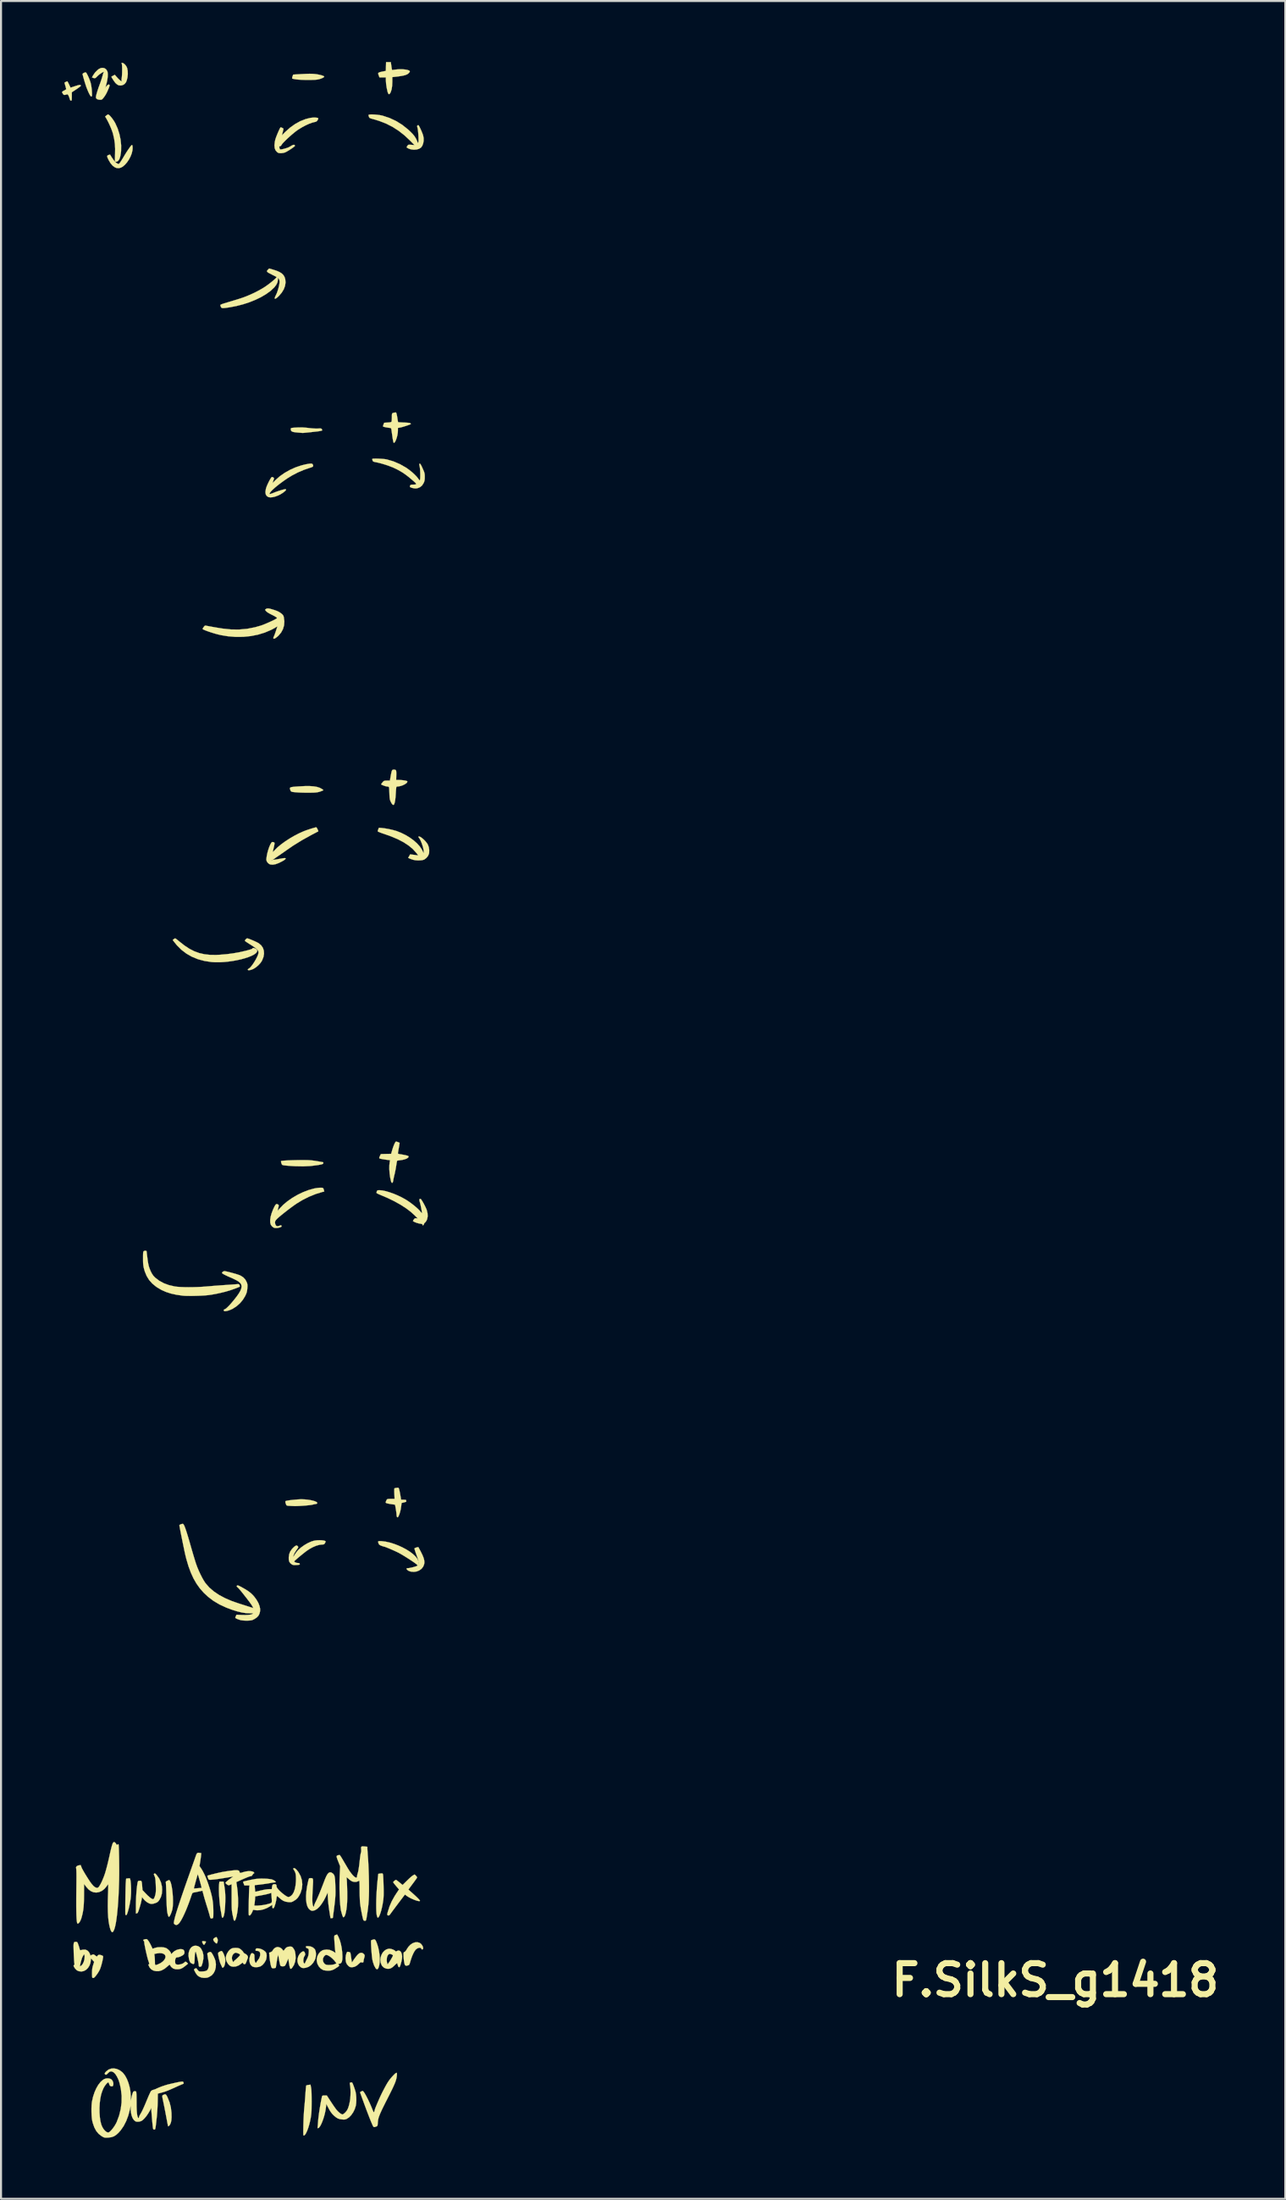
<source format=kicad_pcb>
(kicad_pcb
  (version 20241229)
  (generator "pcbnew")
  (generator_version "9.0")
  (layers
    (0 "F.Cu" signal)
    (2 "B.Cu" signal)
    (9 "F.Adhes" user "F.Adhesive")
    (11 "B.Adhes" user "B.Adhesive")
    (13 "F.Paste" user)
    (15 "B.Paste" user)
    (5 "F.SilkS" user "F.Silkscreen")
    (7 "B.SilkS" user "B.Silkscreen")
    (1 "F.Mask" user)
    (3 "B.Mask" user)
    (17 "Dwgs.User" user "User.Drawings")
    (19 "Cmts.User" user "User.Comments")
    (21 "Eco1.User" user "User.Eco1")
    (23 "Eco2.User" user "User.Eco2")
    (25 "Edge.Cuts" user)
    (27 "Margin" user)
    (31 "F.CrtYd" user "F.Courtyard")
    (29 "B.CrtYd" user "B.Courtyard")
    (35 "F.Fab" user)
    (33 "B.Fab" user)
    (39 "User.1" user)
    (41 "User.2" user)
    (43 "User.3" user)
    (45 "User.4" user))
  (footprint "F.SilkS_g1418"
    (layer "F.Cu")
    (at 48.87 94.313)
    (property "Reference" "F.SilkS_g1418" (at 0 0 0) (layer "F.SilkS") (effects (font (size 1.524 1.524) (thickness 0.3))))
    (attr through_hole)
    (fp_poly (pts (xy -41.884 -1.915) (xy -41.828 -1.905) (xy -41.793 -1.898) (xy -41.789 -1.896) (xy -41.791 -1.874) (xy -41.811 -1.833) (xy -41.838 -1.786) (xy -41.866 -1.749) (xy -41.883 -1.736) (xy -41.91 -1.753) (xy -41.939 -1.794) (xy -41.941 -1.798) (xy -41.971 -1.866) (xy -41.972 -1.905) (xy -41.942 -1.92) (xy -41.884 -1.915)) (stroke (width 0.01) (type solid)) (fill yes) (layer "F.SilkS"))
    (fp_poly (pts (xy -41.258 -2.102) (xy -41.247 -2.085) (xy -41.221 -2.031) (xy -41.21 -2) (xy -41.207 -1.953) (xy -41.215 -1.895) (xy -41.231 -1.841) (xy -41.25 -1.806) (xy -41.262 -1.8) (xy -41.29 -1.815) (xy -41.334 -1.85) (xy -41.354 -1.869) (xy -41.411 -1.939) (xy -41.428 -1.997) (xy -41.406 -2.046) (xy -41.353 -2.084) (xy -41.303 -2.11) (xy -41.275 -2.116) (xy -41.258 -2.102)) (stroke (width 0.01) (type solid)) (fill yes) (layer "F.SilkS"))
    (fp_poly (pts (xy -41.012 -1.432) (xy -40.978 -1.401) (xy -40.94 -1.339) (xy -40.902 -1.256) (xy -40.87 -1.163) (xy -40.846 -1.07) (xy -40.836 -1) (xy -40.837 -0.901) (xy -40.851 -0.805) (xy -40.875 -0.719) (xy -40.906 -0.654) (xy -40.942 -0.618) (xy -40.959 -0.614) (xy -40.993 -0.626) (xy -41 -0.643) (xy -41.009 -0.676) (xy -41.034 -0.732) (xy -41.061 -0.785) (xy -41.089 -0.853) (xy -41.118 -0.949) (xy -41.147 -1.06) (xy -41.17 -1.171) (xy -41.186 -1.269) (xy -41.19 -1.329) (xy -41.173 -1.356) (xy -41.131 -1.388) (xy -41.079 -1.416) (xy -41.032 -1.432) (xy -41.012 -1.432)) (stroke (width 0.01) (type solid)) (fill yes) (layer "F.SilkS"))
    (fp_poly (pts (xy -40.897 -4.715) (xy -40.868 -4.529) (xy -40.848 -4.365) (xy -40.837 -4.207) (xy -40.833 -4.04) (xy -40.836 -3.847) (xy -40.837 -3.824) (xy -40.845 -3.628) (xy -40.859 -3.456) (xy -40.877 -3.312) (xy -40.898 -3.199) (xy -40.924 -3.12) (xy -40.952 -3.078) (xy -40.963 -3.073) (xy -40.994 -3.075) (xy -41 -3.083) (xy -41.004 -3.109) (xy -41.014 -3.169) (xy -41.028 -3.257) (xy -41.047 -3.365) (xy -41.064 -3.461) (xy -41.089 -3.626) (xy -41.111 -3.809) (xy -41.128 -4.001) (xy -41.141 -4.192) (xy -41.148 -4.374) (xy -41.149 -4.537) (xy -41.144 -4.671) (xy -41.139 -4.726) (xy -41.124 -4.847) (xy -40.92 -4.847) (xy -40.897 -4.715)) (stroke (width 0.01) (type solid)) (fill yes) (layer "F.SilkS"))
    (fp_poly (pts (xy -36.551 -93.733) (xy -36.448 -93.726) (xy -36.335 -93.712) (xy -36.225 -93.691) (xy -36.126 -93.668) (xy -36.045 -93.643) (xy -35.99 -93.618) (xy -35.967 -93.597) (xy -35.967 -93.592) (xy -35.994 -93.563) (xy -36.053 -93.529) (xy -36.132 -93.496) (xy -36.222 -93.468) (xy -36.301 -93.452) (xy -36.39 -93.442) (xy -36.511 -93.436) (xy -36.654 -93.433) (xy -36.808 -93.433) (xy -36.965 -93.435) (xy -37.114 -93.441) (xy -37.244 -93.449) (xy -37.346 -93.46) (xy -37.355 -93.461) (xy -37.437 -93.475) (xy -37.502 -93.489) (xy -37.54 -93.5) (xy -37.545 -93.502) (xy -37.547 -93.529) (xy -37.536 -93.58) (xy -37.528 -93.605) (xy -37.497 -93.694) (xy -37.073 -93.721) (xy -36.865 -93.731) (xy -36.693 -93.736) (xy -36.551 -93.733)) (stroke (width 0.01) (type solid)) (fill yes) (layer "F.SilkS"))
    (fp_poly (pts (xy -33.483 -2) (xy -33.453 -1.975) (xy -33.423 -1.923) (xy -33.388 -1.839) (xy -33.371 -1.796) (xy -33.315 -1.619) (xy -33.274 -1.431) (xy -33.247 -1.24) (xy -33.236 -1.055) (xy -33.24 -0.882) (xy -33.261 -0.731) (xy -33.299 -0.609) (xy -33.309 -0.587) (xy -33.344 -0.54) (xy -33.383 -0.535) (xy -33.427 -0.571) (xy -33.442 -0.59) (xy -33.515 -0.724) (xy -33.573 -0.895) (xy -33.601 -1.022) (xy -33.611 -1.089) (xy -33.622 -1.182) (xy -33.632 -1.293) (xy -33.642 -1.415) (xy -33.651 -1.541) (xy -33.658 -1.662) (xy -33.663 -1.772) (xy -33.666 -1.861) (xy -33.666 -1.924) (xy -33.663 -1.952) (xy -33.638 -1.967) (xy -33.588 -1.986) (xy -33.569 -1.993) (xy -33.52 -2.004) (xy -33.483 -2)) (stroke (width 0.01) (type solid)) (fill yes) (layer "F.SilkS"))
    (fp_poly (pts (xy -43.748 5.637) (xy -43.712 5.692) (xy -43.677 5.763) (xy -43.578 6.008) (xy -43.515 6.254) (xy -43.484 6.515) (xy -43.482 6.557) (xy -43.479 6.744) (xy -43.49 6.895) (xy -43.515 7.013) (xy -43.555 7.103) (xy -43.584 7.142) (xy -43.624 7.181) (xy -43.645 7.187) (xy -43.652 7.176) (xy -43.659 7.146) (xy -43.672 7.081) (xy -43.69 6.989) (xy -43.711 6.875) (xy -43.736 6.747) (xy -43.741 6.72) (xy -43.769 6.57) (xy -43.799 6.414) (xy -43.828 6.264) (xy -43.855 6.133) (xy -43.873 6.043) (xy -43.9 5.912) (xy -43.92 5.816) (xy -43.932 5.75) (xy -43.936 5.706) (xy -43.932 5.68) (xy -43.922 5.664) (xy -43.904 5.653) (xy -43.882 5.643) (xy -43.825 5.617) (xy -43.783 5.614) (xy -43.748 5.637)) (stroke (width 0.01) (type solid)) (fill yes) (layer "F.SilkS"))
    (fp_poly (pts (xy -47.698 -93.803) (xy -47.672 -93.777) (xy -47.637 -93.719) (xy -47.596 -93.638) (xy -47.553 -93.543) (xy -47.512 -93.442) (xy -47.477 -93.344) (xy -47.455 -93.27) (xy -47.435 -93.174) (xy -47.417 -93.054) (xy -47.403 -92.93) (xy -47.399 -92.867) (xy -47.394 -92.763) (xy -47.393 -92.694) (xy -47.397 -92.652) (xy -47.406 -92.629) (xy -47.421 -92.619) (xy -47.443 -92.621) (xy -47.468 -92.646) (xy -47.502 -92.7) (xy -47.539 -92.77) (xy -47.586 -92.872) (xy -47.636 -92.991) (xy -47.679 -93.105) (xy -47.685 -93.124) (xy -47.715 -93.216) (xy -47.748 -93.32) (xy -47.78 -93.428) (xy -47.809 -93.531) (xy -47.834 -93.621) (xy -47.851 -93.688) (xy -47.858 -93.725) (xy -47.858 -93.726) (xy -47.84 -93.75) (xy -47.798 -93.777) (xy -47.748 -93.797) (xy -47.706 -93.804) (xy -47.698 -93.803)) (stroke (width 0.01) (type solid)) (fill yes) (layer "F.SilkS"))
    (fp_poly (pts (xy -45.538 -5.008) (xy -45.533 -5.006) (xy -45.515 -4.966) (xy -45.499 -4.892) (xy -45.487 -4.789) (xy -45.478 -4.666) (xy -45.473 -4.53) (xy -45.471 -4.388) (xy -45.474 -4.247) (xy -45.482 -4.115) (xy -45.494 -3.998) (xy -45.496 -3.986) (xy -45.519 -3.845) (xy -45.546 -3.704) (xy -45.576 -3.569) (xy -45.607 -3.446) (xy -45.637 -3.341) (xy -45.665 -3.261) (xy -45.689 -3.213) (xy -45.702 -3.2) (xy -45.738 -3.204) (xy -45.748 -3.212) (xy -45.752 -3.238) (xy -45.754 -3.301) (xy -45.755 -3.394) (xy -45.755 -3.513) (xy -45.755 -3.65) (xy -45.754 -3.802) (xy -45.752 -3.962) (xy -45.75 -4.123) (xy -45.747 -4.282) (xy -45.744 -4.431) (xy -45.741 -4.565) (xy -45.737 -4.678) (xy -45.733 -4.765) (xy -45.73 -4.808) (xy -45.714 -4.991) (xy -45.628 -5.002) (xy -45.572 -5.008) (xy -45.538 -5.008)) (stroke (width 0.01) (type solid)) (fill yes) (layer "F.SilkS"))
    (fp_poly (pts (xy -36.489 -58.698) (xy -36.331 -58.672) (xy -36.203 -58.632) (xy -36.148 -58.606) (xy -36.082 -58.569) (xy -36.033 -58.536) (xy -36.011 -58.516) (xy -36.011 -58.515) (xy -36.027 -58.5) (xy -36.074 -58.477) (xy -36.144 -58.451) (xy -36.169 -58.442) (xy -36.239 -58.422) (xy -36.306 -58.407) (xy -36.378 -58.398) (xy -36.467 -58.391) (xy -36.583 -58.388) (xy -36.671 -58.386) (xy -36.814 -58.386) (xy -36.966 -58.388) (xy -37.114 -58.392) (xy -37.239 -58.398) (xy -37.264 -58.4) (xy -37.391 -58.409) (xy -37.482 -58.418) (xy -37.545 -58.428) (xy -37.585 -58.442) (xy -37.609 -58.46) (xy -37.624 -58.486) (xy -37.632 -58.508) (xy -37.649 -58.556) (xy -37.657 -58.593) (xy -37.653 -58.621) (xy -37.632 -58.642) (xy -37.59 -58.658) (xy -37.522 -58.67) (xy -37.425 -58.68) (xy -37.292 -58.69) (xy -37.167 -58.698) (xy -36.904 -58.711) (xy -36.679 -58.711) (xy -36.489 -58.698)) (stroke (width 0.01) (type solid)) (fill yes) (layer "F.SilkS"))
    (fp_poly (pts (xy -46.564 -91.719) (xy -46.513 -91.673) (xy -46.452 -91.604) (xy -46.387 -91.521) (xy -46.323 -91.429) (xy -46.266 -91.336) (xy -46.246 -91.298) (xy -46.132 -91.045) (xy -46.046 -90.773) (xy -45.987 -90.493) (xy -45.959 -90.214) (xy -45.962 -89.946) (xy -45.973 -89.843) (xy -45.997 -89.699) (xy -46.027 -89.589) (xy -46.067 -89.506) (xy -46.106 -89.456) (xy -46.155 -89.422) (xy -46.208 -89.408) (xy -46.25 -89.419) (xy -46.26 -89.429) (xy -46.264 -89.457) (xy -46.265 -89.519) (xy -46.264 -89.608) (xy -46.262 -89.717) (xy -46.259 -89.795) (xy -46.255 -90.051) (xy -46.268 -90.283) (xy -46.299 -90.51) (xy -46.351 -90.747) (xy -46.366 -90.805) (xy -46.404 -90.921) (xy -46.458 -91.061) (xy -46.523 -91.212) (xy -46.594 -91.361) (xy -46.666 -91.497) (xy -46.698 -91.552) (xy -46.747 -91.632) (xy -46.687 -91.684) (xy -46.641 -91.719) (xy -46.603 -91.736) (xy -46.599 -91.736) (xy -46.564 -91.719)) (stroke (width 0.01) (type solid)) (fill yes) (layer "F.SilkS"))
    (fp_poly (pts (xy -43.577 -4.909) (xy -43.566 -4.895) (xy -43.53 -4.825) (xy -43.498 -4.72) (xy -43.47 -4.587) (xy -43.446 -4.434) (xy -43.428 -4.268) (xy -43.416 -4.096) (xy -43.41 -3.925) (xy -43.411 -3.764) (xy -43.42 -3.619) (xy -43.437 -3.497) (xy -43.446 -3.46) (xy -43.476 -3.36) (xy -43.511 -3.267) (xy -43.547 -3.189) (xy -43.58 -3.134) (xy -43.607 -3.112) (xy -43.609 -3.111) (xy -43.632 -3.132) (xy -43.656 -3.195) (xy -43.677 -3.276) (xy -43.689 -3.335) (xy -43.699 -3.406) (xy -43.708 -3.494) (xy -43.715 -3.603) (xy -43.721 -3.739) (xy -43.727 -3.908) (xy -43.732 -4.096) (xy -43.736 -4.26) (xy -43.741 -4.412) (xy -43.746 -4.547) (xy -43.751 -4.658) (xy -43.756 -4.74) (xy -43.76 -4.788) (xy -43.762 -4.797) (xy -43.764 -4.827) (xy -43.743 -4.853) (xy -43.69 -4.884) (xy -43.684 -4.887) (xy -43.628 -4.913) (xy -43.597 -4.92) (xy -43.577 -4.909)) (stroke (width 0.01) (type solid)) (fill yes) (layer "F.SilkS"))
    (fp_poly (pts (xy -36.94 -23.638) (xy -36.796 -23.625) (xy -36.66 -23.605) (xy -36.538 -23.579) (xy -36.437 -23.55) (xy -36.361 -23.517) (xy -36.319 -23.483) (xy -36.311 -23.463) (xy -36.324 -23.43) (xy -36.368 -23.415) (xy -36.375 -23.414) (xy -36.43 -23.405) (xy -36.507 -23.389) (xy -36.565 -23.375) (xy -36.625 -23.364) (xy -36.718 -23.353) (xy -36.834 -23.341) (xy -36.963 -23.33) (xy -37.097 -23.321) (xy -37.226 -23.314) (xy -37.339 -23.31) (xy -37.428 -23.309) (xy -37.454 -23.31) (xy -37.508 -23.312) (xy -37.587 -23.316) (xy -37.669 -23.32) (xy -37.749 -23.325) (xy -37.796 -23.333) (xy -37.823 -23.348) (xy -37.839 -23.374) (xy -37.843 -23.385) (xy -37.873 -23.468) (xy -37.882 -23.521) (xy -37.87 -23.552) (xy -37.842 -23.565) (xy -37.765 -23.581) (xy -37.656 -23.597) (xy -37.529 -23.612) (xy -37.394 -23.625) (xy -37.263 -23.636) (xy -37.147 -23.642) (xy -37.086 -23.643) (xy -36.94 -23.638)) (stroke (width 0.01) (type solid)) (fill yes) (layer "F.SilkS"))
    (fp_poly (pts (xy -45.415 -90.227) (xy -45.401 -90.185) (xy -45.395 -90.118) (xy -45.397 -90.033) (xy -45.404 -89.97) (xy -45.438 -89.821) (xy -45.498 -89.668) (xy -45.577 -89.518) (xy -45.671 -89.38) (xy -45.774 -89.262) (xy -45.88 -89.171) (xy -45.966 -89.123) (xy -46.076 -89.094) (xy -46.182 -89.103) (xy -46.265 -89.135) (xy -46.374 -89.212) (xy -46.476 -89.329) (xy -46.571 -89.487) (xy -46.578 -89.501) (xy -46.622 -89.592) (xy -46.644 -89.655) (xy -46.645 -89.696) (xy -46.625 -89.721) (xy -46.583 -89.74) (xy -46.579 -89.741) (xy -46.506 -89.763) (xy -46.428 -89.636) (xy -46.341 -89.508) (xy -46.256 -89.408) (xy -46.177 -89.339) (xy -46.107 -89.305) (xy -46.082 -89.302) (xy -46.055 -89.321) (xy -46.011 -89.375) (xy -45.952 -89.462) (xy -45.879 -89.579) (xy -45.824 -89.673) (xy -45.761 -89.778) (xy -45.693 -89.886) (xy -45.624 -89.99) (xy -45.559 -90.083) (xy -45.503 -90.16) (xy -45.46 -90.213) (xy -45.436 -90.234) (xy -45.415 -90.227)) (stroke (width 0.01) (type solid)) (fill yes) (layer "F.SilkS"))
    (fp_poly (pts (xy -37.032 -76.345) (xy -36.833 -76.33) (xy -36.696 -76.314) (xy -36.56 -76.3) (xy -36.426 -76.291) (xy -36.311 -76.289) (xy -36.274 -76.291) (xy -36.19 -76.295) (xy -36.137 -76.294) (xy -36.108 -76.285) (xy -36.091 -76.267) (xy -36.089 -76.263) (xy -36.076 -76.238) (xy -36.068 -76.219) (xy -36.07 -76.203) (xy -36.087 -76.19) (xy -36.122 -76.179) (xy -36.181 -76.168) (xy -36.266 -76.156) (xy -36.383 -76.142) (xy -36.536 -76.125) (xy -36.618 -76.115) (xy -36.742 -76.102) (xy -36.853 -76.091) (xy -36.943 -76.082) (xy -37.006 -76.077) (xy -37.031 -76.076) (xy -37.071 -76.079) (xy -37.14 -76.085) (xy -37.226 -76.092) (xy -37.253 -76.094) (xy -37.386 -76.107) (xy -37.482 -76.122) (xy -37.547 -76.143) (xy -37.587 -76.171) (xy -37.607 -76.21) (xy -37.613 -76.263) (xy -37.613 -76.27) (xy -37.611 -76.295) (xy -37.598 -76.311) (xy -37.566 -76.321) (xy -37.506 -76.329) (xy -37.439 -76.334) (xy -37.226 -76.346) (xy -37.032 -76.345)) (stroke (width 0.01) (type solid)) (fill yes) (layer "F.SilkS"))
    (fp_poly (pts (xy -36.907 -40.322) (xy -36.771 -40.319) (xy -36.653 -40.312) (xy -36.542 -40.301) (xy -36.425 -40.286) (xy -36.336 -40.271) (xy -36.226 -40.253) (xy -36.132 -40.236) (xy -36.061 -40.223) (xy -36.02 -40.214) (xy -36.014 -40.212) (xy -36.012 -40.188) (xy -36.017 -40.162) (xy -36.027 -40.144) (xy -36.049 -40.129) (xy -36.091 -40.114) (xy -36.158 -40.099) (xy -36.257 -40.081) (xy -36.318 -40.071) (xy -36.642 -40.031) (xy -37 -40.014) (xy -37.391 -40.021) (xy -37.518 -40.028) (xy -37.64 -40.036) (xy -37.755 -40.045) (xy -37.854 -40.053) (xy -37.926 -40.061) (xy -37.941 -40.063) (xy -38.005 -40.075) (xy -38.04 -40.093) (xy -38.062 -40.129) (xy -38.076 -40.17) (xy -38.091 -40.228) (xy -38.095 -40.266) (xy -38.092 -40.274) (xy -38.065 -40.281) (xy -38.001 -40.289) (xy -37.906 -40.297) (xy -37.786 -40.304) (xy -37.648 -40.31) (xy -37.497 -40.315) (xy -37.338 -40.319) (xy -37.178 -40.322) (xy -37.073 -40.322) (xy -36.907 -40.322)) (stroke (width 0.01) (type solid)) (fill yes) (layer "F.SilkS"))
    (fp_poly (pts (xy -33.098 -5.243) (xy -33.083 -5.22) (xy -33.075 -5.183) (xy -33.07 -5.142) (xy -33.065 -5.065) (xy -33.06 -4.96) (xy -33.055 -4.834) (xy -33.05 -4.694) (xy -33.048 -4.614) (xy -33.045 -4.433) (xy -33.044 -4.287) (xy -33.046 -4.166) (xy -33.051 -4.063) (xy -33.059 -3.969) (xy -33.071 -3.881) (xy -33.098 -3.719) (xy -33.13 -3.564) (xy -33.166 -3.42) (xy -33.204 -3.295) (xy -33.242 -3.192) (xy -33.278 -3.118) (xy -33.31 -3.078) (xy -33.321 -3.073) (xy -33.344 -3.08) (xy -33.363 -3.116) (xy -33.382 -3.186) (xy -33.383 -3.19) (xy -33.396 -3.278) (xy -33.405 -3.402) (xy -33.409 -3.556) (xy -33.41 -3.735) (xy -33.407 -3.932) (xy -33.399 -4.141) (xy -33.388 -4.356) (xy -33.373 -4.573) (xy -33.362 -4.698) (xy -33.349 -4.841) (xy -33.336 -4.97) (xy -33.325 -5.078) (xy -33.316 -5.161) (xy -33.309 -5.211) (xy -33.306 -5.225) (xy -33.281 -5.232) (xy -33.228 -5.24) (xy -33.193 -5.244) (xy -33.131 -5.249) (xy -33.098 -5.243)) (stroke (width 0.01) (type solid)) (fill yes) (layer "F.SilkS"))
    (fp_poly (pts (xy -31.281 -1.836) (xy -31.252 -1.82) (xy -31.195 -1.772) (xy -31.148 -1.71) (xy -31.115 -1.644) (xy -31.1 -1.582) (xy -31.107 -1.535) (xy -31.129 -1.515) (xy -31.163 -1.511) (xy -31.174 -1.52) (xy -31.191 -1.552) (xy -31.206 -1.573) (xy -31.246 -1.594) (xy -31.306 -1.591) (xy -31.376 -1.566) (xy -31.442 -1.523) (xy -31.457 -1.51) (xy -31.516 -1.437) (xy -31.576 -1.331) (xy -31.636 -1.2) (xy -31.69 -1.052) (xy -31.722 -0.949) (xy -31.751 -0.851) (xy -31.774 -0.788) (xy -31.795 -0.751) (xy -31.818 -0.735) (xy -31.823 -0.734) (xy -31.882 -0.718) (xy -31.91 -0.709) (xy -31.961 -0.714) (xy -31.99 -0.738) (xy -32.01 -0.779) (xy -32.029 -0.855) (xy -32.045 -0.956) (xy -32.058 -1.073) (xy -32.065 -1.197) (xy -32.067 -1.273) (xy -32.064 -1.335) (xy -32.052 -1.367) (xy -32.025 -1.382) (xy -32.02 -1.383) (xy -31.978 -1.413) (xy -31.93 -1.477) (xy -31.909 -1.515) (xy -31.824 -1.642) (xy -31.725 -1.744) (xy -31.615 -1.817) (xy -31.5 -1.858) (xy -31.387 -1.865) (xy -31.281 -1.836)) (stroke (width 0.01) (type solid)) (fill yes) (layer "F.SilkS"))
    (fp_poly (pts (xy -36.616 5.284) (xy -36.605 5.356) (xy -36.597 5.455) (xy -36.592 5.585) (xy -36.589 5.749) (xy -36.588 5.951) (xy -36.588 5.98) (xy -36.589 6.16) (xy -36.591 6.307) (xy -36.594 6.426) (xy -36.6 6.526) (xy -36.609 6.614) (xy -36.62 6.699) (xy -36.634 6.784) (xy -36.669 6.954) (xy -36.71 7.116) (xy -36.755 7.265) (xy -36.803 7.396) (xy -36.852 7.504) (xy -36.899 7.584) (xy -36.942 7.631) (xy -36.97 7.641) (xy -36.981 7.638) (xy -36.989 7.626) (xy -36.994 7.6) (xy -36.998 7.555) (xy -36.999 7.487) (xy -36.998 7.39) (xy -36.996 7.26) (xy -36.993 7.107) (xy -36.988 6.939) (xy -36.981 6.766) (xy -36.972 6.599) (xy -36.963 6.447) (xy -36.953 6.322) (xy -36.949 6.276) (xy -36.936 6.15) (xy -36.923 5.997) (xy -36.91 5.833) (xy -36.898 5.671) (xy -36.892 5.588) (xy -36.883 5.463) (xy -36.875 5.353) (xy -36.866 5.265) (xy -36.859 5.205) (xy -36.853 5.181) (xy -36.825 5.169) (xy -36.771 5.156) (xy -36.742 5.152) (xy -36.645 5.139) (xy -36.616 5.284)) (stroke (width 0.01) (type solid)) (fill yes) (layer "F.SilkS"))
    (fp_poly (pts (xy -45.864 -94.261) (xy -45.81 -94.225) (xy -45.754 -94.17) (xy -45.705 -94.103) (xy -45.67 -94.03) (xy -45.667 -94.023) (xy -45.638 -93.883) (xy -45.632 -93.724) (xy -45.648 -93.56) (xy -45.685 -93.408) (xy -45.722 -93.319) (xy -45.784 -93.24) (xy -45.869 -93.185) (xy -45.965 -93.159) (xy -46.063 -93.165) (xy -46.133 -93.194) (xy -46.192 -93.238) (xy -46.242 -93.284) (xy -46.272 -93.323) (xy -46.313 -93.38) (xy -46.357 -93.446) (xy -46.397 -93.509) (xy -46.427 -93.559) (xy -46.44 -93.586) (xy -46.44 -93.587) (xy -46.423 -93.602) (xy -46.38 -93.628) (xy -46.355 -93.641) (xy -46.27 -93.685) (xy -46.202 -93.605) (xy -46.118 -93.511) (xy -46.042 -93.437) (xy -45.982 -93.387) (xy -45.94 -93.367) (xy -45.936 -93.366) (xy -45.914 -93.372) (xy -45.926 -93.383) (xy -45.94 -93.405) (xy -45.941 -93.45) (xy -45.931 -93.526) (xy -45.923 -93.599) (xy -45.916 -93.692) (xy -45.912 -93.798) (xy -45.911 -93.907) (xy -45.911 -94.013) (xy -45.914 -94.106) (xy -45.919 -94.179) (xy -45.926 -94.224) (xy -45.933 -94.234) (xy -45.946 -94.247) (xy -45.942 -94.255) (xy -45.911 -94.273) (xy -45.864 -94.261)) (stroke (width 0.01) (type solid)) (fill yes) (layer "F.SilkS"))
    (fp_poly (pts (xy -43.275 -51.21) (xy -43.225 -51.174) (xy -43.158 -51.122) (xy -43.085 -51.061) (xy -42.838 -50.868) (xy -42.599 -50.711) (xy -42.36 -50.589) (xy -42.115 -50.5) (xy -41.858 -50.442) (xy -41.582 -50.412) (xy -41.281 -50.409) (xy -41.095 -50.418) (xy -40.762 -50.447) (xy -40.454 -50.487) (xy -40.156 -50.539) (xy -39.851 -50.608) (xy -39.746 -50.635) (xy -39.628 -50.668) (xy -39.549 -50.694) (xy -39.506 -50.716) (xy -39.497 -50.73) (xy -39.487 -50.75) (xy -39.45 -50.751) (xy -39.428 -50.747) (xy -39.335 -50.716) (xy -39.281 -50.67) (xy -39.264 -50.611) (xy -39.285 -50.547) (xy -39.343 -50.484) (xy -39.436 -50.42) (xy -39.558 -50.359) (xy -39.706 -50.3) (xy -39.876 -50.245) (xy -40.063 -50.194) (xy -40.263 -50.15) (xy -40.472 -50.112) (xy -40.687 -50.082) (xy -40.901 -50.061) (xy -41.113 -50.049) (xy -41.316 -50.049) (xy -41.508 -50.06) (xy -41.854 -50.112) (xy -42.176 -50.198) (xy -42.473 -50.318) (xy -42.746 -50.473) (xy -42.994 -50.662) (xy -43.218 -50.886) (xy -43.336 -51.03) (xy -43.422 -51.144) (xy -43.373 -51.184) (xy -43.33 -51.212) (xy -43.299 -51.223) (xy -43.275 -51.21)) (stroke (width 0.01) (type solid)) (fill yes) (layer "F.SilkS"))
    (fp_poly (pts (xy -42.18 -1.672) (xy -42.089 -1.619) (xy -42.029 -1.552) (xy -41.952 -1.401) (xy -41.914 -1.237) (xy -41.913 -1.057) (xy -41.951 -0.86) (xy -41.958 -0.836) (xy -41.983 -0.752) (xy -42.004 -0.7) (xy -42.025 -0.673) (xy -42.05 -0.662) (xy -42.06 -0.66) (xy -42.106 -0.661) (xy -42.128 -0.669) (xy -42.138 -0.699) (xy -42.143 -0.75) (xy -42.147 -0.794) (xy -42.159 -0.864) (xy -42.177 -0.954) (xy -42.199 -1.053) (xy -42.222 -1.153) (xy -42.245 -1.246) (xy -42.266 -1.323) (xy -42.282 -1.377) (xy -42.293 -1.397) (xy -42.293 -1.397) (xy -42.312 -1.376) (xy -42.327 -1.317) (xy -42.338 -1.222) (xy -42.343 -1.094) (xy -42.343 -1.069) (xy -42.346 -0.975) (xy -42.352 -0.893) (xy -42.361 -0.836) (xy -42.367 -0.818) (xy -42.386 -0.794) (xy -42.412 -0.792) (xy -42.461 -0.809) (xy -42.462 -0.81) (xy -42.519 -0.838) (xy -42.558 -0.874) (xy -42.587 -0.927) (xy -42.613 -1.008) (xy -42.621 -1.038) (xy -42.645 -1.195) (xy -42.638 -1.342) (xy -42.6 -1.474) (xy -42.534 -1.583) (xy -42.474 -1.639) (xy -42.383 -1.684) (xy -42.282 -1.694) (xy -42.18 -1.672)) (stroke (width 0.01) (type solid)) (fill yes) (layer "F.SilkS"))
    (fp_poly (pts (xy -39.716 -51.215) (xy -39.647 -51.191) (xy -39.559 -51.156) (xy -39.461 -51.115) (xy -39.363 -51.071) (xy -39.275 -51.029) (xy -39.205 -50.991) (xy -39.184 -50.978) (xy -39.067 -50.878) (xy -38.985 -50.757) (xy -38.94 -50.618) (xy -38.93 -50.466) (xy -38.959 -50.305) (xy -39.025 -50.137) (xy -39.026 -50.134) (xy -39.097 -50.024) (xy -39.197 -49.913) (xy -39.312 -49.812) (xy -39.43 -49.735) (xy -39.458 -49.72) (xy -39.549 -49.683) (xy -39.629 -49.662) (xy -39.69 -49.658) (xy -39.725 -49.671) (xy -39.73 -49.685) (xy -39.713 -49.714) (xy -39.677 -49.738) (xy -39.625 -49.776) (xy -39.561 -49.846) (xy -39.49 -49.939) (xy -39.418 -50.047) (xy -39.349 -50.162) (xy -39.288 -50.276) (xy -39.24 -50.381) (xy -39.209 -50.469) (xy -39.201 -50.523) (xy -39.208 -50.579) (xy -39.234 -50.633) (xy -39.283 -50.691) (xy -39.357 -50.755) (xy -39.461 -50.829) (xy -39.599 -50.918) (xy -39.609 -50.924) (xy -39.7 -50.982) (xy -39.778 -51.033) (xy -39.836 -51.072) (xy -39.866 -51.096) (xy -39.869 -51.099) (xy -39.865 -51.127) (xy -39.838 -51.166) (xy -39.801 -51.203) (xy -39.765 -51.222) (xy -39.758 -51.223) (xy -39.716 -51.215)) (stroke (width 0.01) (type solid)) (fill yes) (layer "F.SilkS"))
    (fp_poly (pts (xy -32.665 -94.119) (xy -32.653 -94.035) (xy -32.642 -93.969) (xy -32.634 -93.93) (xy -32.633 -93.924) (xy -32.61 -93.924) (xy -32.558 -93.929) (xy -32.49 -93.938) (xy -32.35 -93.953) (xy -32.21 -93.958) (xy -32.077 -93.954) (xy -31.959 -93.941) (xy -31.861 -93.921) (xy -31.792 -93.894) (xy -31.756 -93.861) (xy -31.755 -93.858) (xy -31.764 -93.828) (xy -31.795 -93.784) (xy -31.817 -93.76) (xy -31.871 -93.719) (xy -31.945 -93.683) (xy -32.043 -93.654) (xy -32.171 -93.628) (xy -32.335 -93.604) (xy -32.405 -93.596) (xy -32.618 -93.572) (xy -32.618 -93.336) (xy -32.627 -93.137) (xy -32.652 -92.97) (xy -32.695 -92.837) (xy -32.718 -92.792) (xy -32.756 -92.742) (xy -32.789 -92.732) (xy -32.818 -92.762) (xy -32.846 -92.833) (xy -32.857 -92.874) (xy -32.895 -93.051) (xy -32.922 -93.232) (xy -32.934 -93.398) (xy -32.935 -93.435) (xy -32.935 -93.557) (xy -33.249 -93.557) (xy -33.285 -93.651) (xy -33.305 -93.706) (xy -33.313 -93.746) (xy -33.304 -93.776) (xy -33.273 -93.799) (xy -33.216 -93.819) (xy -33.126 -93.84) (xy -33.005 -93.864) (xy -32.937 -93.877) (xy -32.925 -94.308) (xy -32.692 -94.308) (xy -32.665 -94.119)) (stroke (width 0.01) (type solid)) (fill yes) (layer "F.SilkS"))
    (fp_poly (pts (xy -39.166 -1.556) (xy -39.057 -1.522) (xy -38.953 -1.469) (xy -38.869 -1.402) (xy -38.826 -1.347) (xy -38.806 -1.281) (xy -38.8 -1.192) (xy -38.809 -1.094) (xy -38.83 -1.004) (xy -38.841 -0.977) (xy -38.916 -0.847) (xy -39.007 -0.744) (xy -39.102 -0.679) (xy -39.2 -0.647) (xy -39.309 -0.635) (xy -39.415 -0.642) (xy -39.501 -0.67) (xy -39.509 -0.675) (xy -39.58 -0.741) (xy -39.627 -0.836) (xy -39.649 -0.949) (xy -39.645 -1.072) (xy -39.613 -1.198) (xy -39.602 -1.224) (xy -39.57 -1.291) (xy -39.541 -1.324) (xy -39.507 -1.326) (xy -39.457 -1.304) (xy -39.455 -1.303) (xy -39.428 -1.285) (xy -39.412 -1.261) (xy -39.404 -1.22) (xy -39.401 -1.152) (xy -39.401 -1.108) (xy -39.394 -0.996) (xy -39.378 -0.912) (xy -39.353 -0.861) (xy -39.327 -0.847) (xy -39.307 -0.863) (xy -39.306 -0.87) (xy -39.293 -0.899) (xy -39.261 -0.945) (xy -39.24 -0.969) (xy -39.162 -1.081) (xy -39.123 -1.198) (xy -39.116 -1.279) (xy -39.13 -1.362) (xy -39.172 -1.414) (xy -39.245 -1.437) (xy -39.281 -1.439) (xy -39.329 -1.443) (xy -39.346 -1.461) (xy -39.345 -1.498) (xy -39.333 -1.539) (xy -39.302 -1.557) (xy -39.267 -1.563) (xy -39.166 -1.556)) (stroke (width 0.01) (type solid)) (fill yes) (layer "F.SilkS"))
    (fp_poly (pts (xy -48.595 -93.348) (xy -48.568 -93.301) (xy -48.534 -93.234) (xy -48.522 -93.209) (xy -48.448 -93.053) (xy -48.226 -93.127) (xy -48.11 -93.163) (xy -48.028 -93.183) (xy -47.976 -93.186) (xy -47.949 -93.173) (xy -47.943 -93.148) (xy -47.959 -93.126) (xy -48.005 -93.087) (xy -48.073 -93.036) (xy -48.156 -92.979) (xy -48.165 -92.973) (xy -48.387 -92.826) (xy -48.387 -92.62) (xy -48.388 -92.525) (xy -48.391 -92.465) (xy -48.398 -92.431) (xy -48.41 -92.417) (xy -48.428 -92.414) (xy -48.463 -92.43) (xy -48.483 -92.479) (xy -48.5 -92.54) (xy -48.528 -92.613) (xy -48.539 -92.64) (xy -48.568 -92.697) (xy -48.592 -92.722) (xy -48.621 -92.724) (xy -48.627 -92.722) (xy -48.706 -92.701) (xy -48.755 -92.695) (xy -48.788 -92.706) (xy -48.815 -92.737) (xy -48.832 -92.763) (xy -48.857 -92.806) (xy -48.865 -92.836) (xy -48.85 -92.86) (xy -48.807 -92.888) (xy -48.742 -92.923) (xy -48.693 -92.952) (xy -48.665 -92.975) (xy -48.662 -92.98) (xy -48.668 -93.007) (xy -48.682 -93.063) (xy -48.702 -93.136) (xy -48.705 -93.144) (xy -48.725 -93.216) (xy -48.74 -93.271) (xy -48.747 -93.296) (xy -48.747 -93.297) (xy -48.73 -93.309) (xy -48.692 -93.33) (xy -48.648 -93.351) (xy -48.615 -93.365) (xy -48.609 -93.366) (xy -48.595 -93.348)) (stroke (width 0.01) (type solid)) (fill yes) (layer "F.SilkS"))
    (fp_poly (pts (xy -34.775 -1.389) (xy -34.772 -1.389) (xy -34.721 -1.375) (xy -34.69 -1.36) (xy -34.689 -1.36) (xy -34.68 -1.333) (xy -34.668 -1.275) (xy -34.655 -1.196) (xy -34.651 -1.164) (xy -34.638 -1.073) (xy -34.627 -0.992) (xy -34.617 -0.933) (xy -34.615 -0.924) (xy -34.605 -0.884) (xy -34.594 -0.881) (xy -34.579 -0.905) (xy -34.535 -0.975) (xy -34.475 -1.059) (xy -34.411 -1.146) (xy -34.351 -1.22) (xy -34.312 -1.263) (xy -34.232 -1.325) (xy -34.153 -1.348) (xy -34.081 -1.331) (xy -34.062 -1.319) (xy -34.006 -1.271) (xy -33.98 -1.226) (xy -33.981 -1.169) (xy -34 -1.095) (xy -34.02 -1.02) (xy -34.033 -0.953) (xy -34.036 -0.924) (xy -34.042 -0.884) (xy -34.07 -0.869) (xy -34.099 -0.868) (xy -34.144 -0.873) (xy -34.163 -0.885) (xy -34.163 -0.885) (xy -34.177 -0.88) (xy -34.213 -0.852) (xy -34.264 -0.805) (xy -34.271 -0.799) (xy -34.37 -0.714) (xy -34.463 -0.662) (xy -34.559 -0.638) (xy -34.617 -0.635) (xy -34.679 -0.639) (xy -34.726 -0.658) (xy -34.776 -0.698) (xy -34.796 -0.718) (xy -34.853 -0.786) (xy -34.888 -0.859) (xy -34.904 -0.922) (xy -34.919 -1.072) (xy -34.903 -1.221) (xy -34.871 -1.329) (xy -34.847 -1.377) (xy -34.821 -1.394) (xy -34.775 -1.389)) (stroke (width 0.01) (type solid)) (fill yes) (layer "F.SilkS"))
    (fp_poly (pts (xy -36.638 -1.656) (xy -36.529 -1.609) (xy -36.444 -1.536) (xy -36.423 -1.507) (xy -36.39 -1.421) (xy -36.375 -1.31) (xy -36.379 -1.19) (xy -36.401 -1.072) (xy -36.425 -1.007) (xy -36.509 -0.858) (xy -36.616 -0.739) (xy -36.739 -0.654) (xy -36.877 -0.607) (xy -36.931 -0.599) (xy -37.008 -0.596) (xy -37.062 -0.604) (xy -37.111 -0.629) (xy -37.126 -0.639) (xy -37.209 -0.718) (xy -37.261 -0.819) (xy -37.285 -0.935) (xy -37.278 -1.056) (xy -37.243 -1.176) (xy -37.179 -1.285) (xy -37.116 -1.351) (xy -37.044 -1.404) (xy -36.988 -1.418) (xy -36.946 -1.394) (xy -36.917 -1.334) (xy -36.903 -1.275) (xy -36.908 -1.235) (xy -36.935 -1.191) (xy -36.937 -1.189) (xy -36.97 -1.123) (xy -36.99 -1.041) (xy -36.997 -0.957) (xy -36.989 -0.884) (xy -36.966 -0.837) (xy -36.936 -0.812) (xy -36.92 -0.821) (xy -36.909 -0.849) (xy -36.885 -0.905) (xy -36.857 -0.963) (xy -36.805 -1.065) (xy -36.77 -1.143) (xy -36.749 -1.21) (xy -36.737 -1.278) (xy -36.73 -1.353) (xy -36.726 -1.448) (xy -36.733 -1.508) (xy -36.754 -1.544) (xy -36.793 -1.564) (xy -36.819 -1.57) (xy -36.857 -1.595) (xy -36.869 -1.625) (xy -36.869 -1.652) (xy -36.853 -1.666) (xy -36.812 -1.672) (xy -36.764 -1.672) (xy -36.638 -1.656)) (stroke (width 0.01) (type solid)) (fill yes) (layer "F.SilkS"))
    (fp_poly (pts (xy -41.559 -1.386) (xy -41.53 -1.366) (xy -41.528 -1.365) (xy -41.49 -1.317) (xy -41.445 -1.241) (xy -41.399 -1.15) (xy -41.357 -1.054) (xy -41.326 -0.966) (xy -41.317 -0.934) (xy -41.297 -0.778) (xy -41.306 -0.623) (xy -41.343 -0.478) (xy -41.405 -0.352) (xy -41.489 -0.252) (xy -41.523 -0.225) (xy -41.59 -0.182) (xy -41.657 -0.146) (xy -41.684 -0.134) (xy -41.776 -0.114) (xy -41.886 -0.111) (xy -41.993 -0.124) (xy -42.04 -0.137) (xy -42.134 -0.179) (xy -42.205 -0.233) (xy -42.266 -0.309) (xy -42.302 -0.37) (xy -42.339 -0.438) (xy -42.365 -0.492) (xy -42.376 -0.522) (xy -42.376 -0.523) (xy -42.358 -0.545) (xy -42.318 -0.57) (xy -42.274 -0.585) (xy -42.25 -0.576) (xy -42.238 -0.559) (xy -42.208 -0.517) (xy -42.168 -0.47) (xy -42.14 -0.444) (xy -42.109 -0.43) (xy -42.063 -0.424) (xy -41.992 -0.425) (xy -41.953 -0.427) (xy -41.84 -0.438) (xy -41.761 -0.464) (xy -41.707 -0.51) (xy -41.673 -0.582) (xy -41.656 -0.648) (xy -41.646 -0.705) (xy -41.644 -0.765) (xy -41.649 -0.838) (xy -41.663 -0.934) (xy -41.676 -1.013) (xy -41.693 -1.115) (xy -41.707 -1.203) (xy -41.716 -1.268) (xy -41.719 -1.301) (xy -41.701 -1.332) (xy -41.654 -1.363) (xy -41.643 -1.368) (xy -41.591 -1.387) (xy -41.559 -1.386)) (stroke (width 0.01) (type solid)) (fill yes) (layer "F.SilkS"))
    (fp_poly (pts (xy -32.313 -24.205) (xy -32.295 -24.173) (xy -32.284 -24.138) (xy -32.269 -24.081) (xy -32.251 -23.997) (xy -32.232 -23.898) (xy -32.222 -23.839) (xy -32.185 -23.622) (xy -32.063 -23.622) (xy -31.997 -23.619) (xy -31.953 -23.611) (xy -31.941 -23.603) (xy -31.934 -23.567) (xy -31.929 -23.552) (xy -31.933 -23.531) (xy -31.967 -23.512) (xy -32.037 -23.492) (xy -32.04 -23.491) (xy -32.163 -23.461) (xy -32.179 -23.316) (xy -32.202 -23.162) (xy -32.236 -23.016) (xy -32.277 -22.891) (xy -32.302 -22.835) (xy -32.328 -22.786) (xy -32.346 -22.758) (xy -32.348 -22.756) (xy -32.369 -22.764) (xy -32.38 -22.768) (xy -32.397 -22.795) (xy -32.407 -22.848) (xy -32.408 -22.867) (xy -32.412 -22.927) (xy -32.422 -23.014) (xy -32.437 -23.113) (xy -32.446 -23.167) (xy -32.483 -23.378) (xy -32.663 -23.404) (xy -32.753 -23.418) (xy -32.833 -23.434) (xy -32.89 -23.448) (xy -32.899 -23.451) (xy -32.938 -23.471) (xy -32.944 -23.5) (xy -32.935 -23.528) (xy -32.909 -23.592) (xy -32.885 -23.632) (xy -32.852 -23.653) (xy -32.8 -23.662) (xy -32.719 -23.664) (xy -32.688 -23.664) (xy -32.506 -23.664) (xy -32.517 -23.918) (xy -32.521 -24.018) (xy -32.521 -24.101) (xy -32.518 -24.159) (xy -32.512 -24.183) (xy -32.512 -24.183) (xy -32.482 -24.192) (xy -32.426 -24.203) (xy -32.402 -24.207) (xy -32.344 -24.213) (xy -32.313 -24.205)) (stroke (width 0.01) (type solid)) (fill yes) (layer "F.SilkS"))
    (fp_poly (pts (xy -40.833 -34.855) (xy -40.751 -34.839) (xy -40.648 -34.814) (xy -40.532 -34.784) (xy -40.412 -34.751) (xy -40.298 -34.718) (xy -40.199 -34.686) (xy -40.123 -34.659) (xy -40.098 -34.648) (xy -39.957 -34.561) (xy -39.85 -34.448) (xy -39.777 -34.309) (xy -39.777 -34.309) (xy -39.756 -34.246) (xy -39.746 -34.189) (xy -39.744 -34.123) (xy -39.75 -34.033) (xy -39.752 -34.005) (xy -39.764 -33.902) (xy -39.782 -33.818) (xy -39.812 -33.736) (xy -39.859 -33.636) (xy -39.859 -33.635) (xy -39.97 -33.454) (xy -40.113 -33.284) (xy -40.28 -33.136) (xy -40.461 -33.018) (xy -40.496 -32.999) (xy -40.603 -32.952) (xy -40.705 -32.917) (xy -40.794 -32.897) (xy -40.862 -32.892) (xy -40.899 -32.905) (xy -40.915 -32.942) (xy -40.893 -32.974) (xy -40.863 -32.986) (xy -40.815 -33.012) (xy -40.746 -33.07) (xy -40.658 -33.157) (xy -40.556 -33.269) (xy -40.441 -33.405) (xy -40.416 -33.435) (xy -40.277 -33.612) (xy -40.17 -33.764) (xy -40.094 -33.895) (xy -40.049 -34.008) (xy -40.033 -34.105) (xy -40.046 -34.189) (xy -40.088 -34.264) (xy -40.158 -34.331) (xy -40.21 -34.368) (xy -40.28 -34.408) (xy -40.376 -34.457) (xy -40.485 -34.509) (xy -40.577 -34.549) (xy -40.72 -34.612) (xy -40.837 -34.668) (xy -40.925 -34.714) (xy -40.981 -34.751) (xy -41 -34.774) (xy -40.983 -34.806) (xy -40.943 -34.839) (xy -40.898 -34.859) (xy -40.883 -34.861) (xy -40.833 -34.855)) (stroke (width 0.01) (type solid)) (fill yes) (layer "F.SilkS"))
    (fp_poly (pts (xy -32.674 -1.533) (xy -32.587 -1.505) (xy -32.511 -1.466) (xy -32.473 -1.433) (xy -32.448 -1.411) (xy -32.421 -1.415) (xy -32.395 -1.431) (xy -32.324 -1.456) (xy -32.255 -1.443) (xy -32.2 -1.395) (xy -32.181 -1.361) (xy -32.148 -1.262) (xy -32.136 -1.161) (xy -32.144 -1.048) (xy -32.171 -0.911) (xy -32.186 -0.857) (xy -32.215 -0.754) (xy -32.239 -0.687) (xy -32.259 -0.649) (xy -32.278 -0.636) (xy -32.283 -0.635) (xy -32.314 -0.653) (xy -32.339 -0.709) (xy -32.344 -0.725) (xy -32.361 -0.784) (xy -32.375 -0.824) (xy -32.378 -0.831) (xy -32.397 -0.826) (xy -32.436 -0.795) (xy -32.489 -0.746) (xy -32.499 -0.735) (xy -32.599 -0.643) (xy -32.688 -0.585) (xy -32.775 -0.559) (xy -32.867 -0.559) (xy -32.925 -0.57) (xy -33.033 -0.615) (xy -33.115 -0.694) (xy -33.141 -0.735) (xy -33.189 -0.857) (xy -33.205 -0.986) (xy -33.2 -1.032) (xy -32.892 -1.032) (xy -32.891 -0.931) (xy -32.874 -0.843) (xy -32.871 -0.834) (xy -32.849 -0.777) (xy -32.788 -0.861) (xy -32.745 -0.924) (xy -32.693 -1.005) (xy -32.649 -1.08) (xy -32.611 -1.15) (xy -32.591 -1.193) (xy -32.589 -1.219) (xy -32.602 -1.236) (xy -32.611 -1.244) (xy -32.676 -1.277) (xy -32.743 -1.289) (xy -32.776 -1.284) (xy -32.808 -1.258) (xy -32.844 -1.212) (xy -32.85 -1.202) (xy -32.878 -1.128) (xy -32.892 -1.032) (xy -33.2 -1.032) (xy -33.192 -1.115) (xy -33.154 -1.239) (xy -33.093 -1.35) (xy -33.012 -1.441) (xy -32.915 -1.508) (xy -32.806 -1.542) (xy -32.757 -1.545) (xy -32.674 -1.533)) (stroke (width 0.01) (type solid)) (fill yes) (layer "F.SilkS"))
    (fp_poly (pts (xy -33.132 -56.65) (xy -32.971 -56.63) (xy -32.79 -56.598) (xy -32.608 -56.557) (xy -32.445 -56.512) (xy -32.415 -56.503) (xy -32.189 -56.415) (xy -31.97 -56.307) (xy -31.762 -56.182) (xy -31.572 -56.044) (xy -31.406 -55.897) (xy -31.269 -55.746) (xy -31.167 -55.596) (xy -31.151 -55.565) (xy -31.073 -55.409) (xy -31.073 -55.509) (xy -31.082 -55.589) (xy -31.105 -55.693) (xy -31.14 -55.81) (xy -31.181 -55.927) (xy -31.225 -56.032) (xy -31.268 -56.113) (xy -31.286 -56.14) (xy -31.323 -56.189) (xy -31.333 -56.216) (xy -31.321 -56.23) (xy -31.317 -56.232) (xy -31.274 -56.228) (xy -31.213 -56.196) (xy -31.141 -56.143) (xy -31.063 -56.074) (xy -30.988 -55.997) (xy -30.922 -55.916) (xy -30.872 -55.838) (xy -30.867 -55.829) (xy -30.823 -55.706) (xy -30.802 -55.568) (xy -30.806 -55.434) (xy -30.817 -55.377) (xy -30.865 -55.272) (xy -30.943 -55.177) (xy -31.039 -55.105) (xy -31.062 -55.094) (xy -31.141 -55.071) (xy -31.247 -55.059) (xy -31.366 -55.057) (xy -31.483 -55.066) (xy -31.581 -55.085) (xy -31.661 -55.11) (xy -31.741 -55.14) (xy -31.757 -55.146) (xy -31.838 -55.181) (xy -31.74 -55.355) (xy -31.634 -55.341) (xy -31.547 -55.33) (xy -31.458 -55.318) (xy -31.434 -55.314) (xy -31.34 -55.302) (xy -31.444 -55.434) (xy -31.611 -55.618) (xy -31.817 -55.789) (xy -32.061 -55.949) (xy -32.344 -56.097) (xy -32.667 -56.234) (xy -32.961 -56.339) (xy -33.094 -56.384) (xy -33.202 -56.423) (xy -33.281 -56.456) (xy -33.327 -56.479) (xy -33.337 -56.489) (xy -33.33 -56.526) (xy -33.311 -56.58) (xy -33.307 -56.589) (xy -33.277 -56.662) (xy -33.132 -56.65)) (stroke (width 0.01) (type solid)) (fill yes) (layer "F.SilkS"))
    (fp_poly (pts (xy -46.762 -94.001) (xy -46.688 -93.942) (xy -46.638 -93.855) (xy -46.628 -93.824) (xy -46.616 -93.716) (xy -46.621 -93.578) (xy -46.643 -93.42) (xy -46.681 -93.251) (xy -46.725 -93.102) (xy -46.723 -93.089) (xy -46.697 -93.108) (xy -46.668 -93.14) (xy -46.614 -93.192) (xy -46.574 -93.209) (xy -46.561 -93.206) (xy -46.536 -93.192) (xy -46.527 -93.169) (xy -46.534 -93.128) (xy -46.557 -93.062) (xy -46.58 -93.005) (xy -46.643 -92.858) (xy -46.702 -92.741) (xy -46.764 -92.64) (xy -46.819 -92.566) (xy -46.869 -92.506) (xy -46.906 -92.473) (xy -46.943 -92.459) (xy -46.993 -92.457) (xy -46.996 -92.457) (xy -47.068 -92.465) (xy -47.133 -92.484) (xy -47.143 -92.489) (xy -47.19 -92.531) (xy -47.201 -92.568) (xy -47.192 -92.649) (xy -47.164 -92.764) (xy -47.12 -92.911) (xy -47.076 -93.038) (xy -46.757 -93.038) (xy -46.747 -93.028) (xy -46.736 -93.038) (xy -46.747 -93.049) (xy -46.757 -93.038) (xy -47.076 -93.038) (xy -47.06 -93.087) (xy -47.026 -93.179) (xy -46.982 -93.3) (xy -46.94 -93.423) (xy -46.904 -93.534) (xy -46.879 -93.622) (xy -46.874 -93.641) (xy -46.853 -93.719) (xy -46.831 -93.78) (xy -46.814 -93.813) (xy -46.812 -93.816) (xy -46.802 -93.83) (xy -46.81 -93.831) (xy -46.852 -93.818) (xy -46.915 -93.784) (xy -46.988 -93.735) (xy -47.061 -93.679) (xy -47.123 -93.623) (xy -47.134 -93.612) (xy -47.192 -93.553) (xy -47.236 -93.523) (xy -47.278 -93.518) (xy -47.331 -93.532) (xy -47.339 -93.535) (xy -47.395 -93.557) (xy -47.34 -93.657) (xy -47.247 -93.793) (xy -47.129 -93.914) (xy -47.051 -93.974) (xy -46.951 -94.019) (xy -46.852 -94.027) (xy -46.762 -94.001)) (stroke (width 0.01) (type solid)) (fill yes) (layer "F.SilkS"))
    (fp_poly (pts (xy -36.567 -74.56) (xy -36.541 -74.54) (xy -36.534 -74.529) (xy -36.512 -74.477) (xy -36.515 -74.439) (xy -36.546 -74.408) (xy -36.611 -74.38) (xy -36.677 -74.36) (xy -36.967 -74.261) (xy -37.264 -74.134) (xy -37.551 -73.985) (xy -37.782 -73.843) (xy -37.96 -73.721) (xy -38.125 -73.6) (xy -38.276 -73.484) (xy -38.406 -73.375) (xy -38.513 -73.278) (xy -38.593 -73.195) (xy -38.64 -73.131) (xy -38.642 -73.127) (xy -38.657 -73.093) (xy -38.656 -73.074) (xy -38.634 -73.07) (xy -38.587 -73.083) (xy -38.509 -73.111) (xy -38.427 -73.144) (xy -38.325 -73.183) (xy -38.217 -73.22) (xy -38.111 -73.254) (xy -38.014 -73.282) (xy -37.934 -73.302) (xy -37.881 -73.31) (xy -37.864 -73.309) (xy -37.847 -73.286) (xy -37.859 -73.254) (xy -37.904 -73.209) (xy -37.982 -73.147) (xy -37.986 -73.143) (xy -38.113 -73.062) (xy -38.249 -72.995) (xy -38.385 -72.945) (xy -38.514 -72.915) (xy -38.627 -72.907) (xy -38.717 -72.923) (xy -38.725 -72.927) (xy -38.803 -72.982) (xy -38.848 -73.065) (xy -38.861 -73.175) (xy -38.841 -73.311) (xy -38.82 -73.388) (xy -38.79 -73.468) (xy -38.75 -73.561) (xy -38.704 -73.656) (xy -38.657 -73.747) (xy -38.611 -73.825) (xy -38.573 -73.881) (xy -38.546 -73.908) (xy -38.543 -73.909) (xy -38.503 -73.902) (xy -38.47 -73.884) (xy -38.448 -73.866) (xy -38.439 -73.845) (xy -38.444 -73.812) (xy -38.464 -73.753) (xy -38.472 -73.73) (xy -38.515 -73.607) (xy -38.355 -73.767) (xy -38.15 -73.948) (xy -37.912 -74.114) (xy -37.65 -74.261) (xy -37.373 -74.385) (xy -37.088 -74.48) (xy -36.895 -74.528) (xy -36.767 -74.552) (xy -36.674 -74.566) (xy -36.609 -74.568) (xy -36.567 -74.56)) (stroke (width 0.01) (type solid)) (fill yes) (layer "F.SilkS"))
    (fp_poly (pts (xy -32.429 -77.07) (xy -32.413 -77.028) (xy -32.408 -77.011) (xy -32.394 -76.949) (xy -32.378 -76.863) (xy -32.364 -76.773) (xy -32.352 -76.696) (xy -32.341 -76.637) (xy -32.333 -76.607) (xy -32.332 -76.606) (xy -32.309 -76.602) (xy -32.251 -76.597) (xy -32.167 -76.592) (xy -32.065 -76.587) (xy -32.031 -76.586) (xy -31.906 -76.58) (xy -31.816 -76.573) (xy -31.758 -76.562) (xy -31.724 -76.548) (xy -31.71 -76.527) (xy -31.708 -76.514) (xy -31.727 -76.502) (xy -31.777 -76.481) (xy -31.851 -76.454) (xy -31.939 -76.425) (xy -32.032 -76.395) (xy -32.121 -76.369) (xy -32.198 -76.349) (xy -32.253 -76.337) (xy -32.343 -76.323) (xy -32.343 -76.191) (xy -32.349 -76.087) (xy -32.367 -75.976) (xy -32.393 -75.866) (xy -32.426 -75.764) (xy -32.462 -75.678) (xy -32.498 -75.617) (xy -32.533 -75.588) (xy -32.542 -75.586) (xy -32.558 -75.607) (xy -32.576 -75.67) (xy -32.595 -75.773) (xy -32.603 -75.824) (xy -32.619 -75.936) (xy -32.635 -76.047) (xy -32.648 -76.142) (xy -32.654 -76.189) (xy -32.665 -76.26) (xy -32.678 -76.299) (xy -32.698 -76.317) (xy -32.724 -76.322) (xy -32.809 -76.332) (xy -32.896 -76.346) (xy -32.976 -76.362) (xy -33.038 -76.377) (xy -33.071 -76.389) (xy -33.073 -76.391) (xy -33.073 -76.42) (xy -33.059 -76.472) (xy -33.051 -76.492) (xy -33.018 -76.576) (xy -32.847 -76.586) (xy -32.743 -76.595) (xy -32.68 -76.61) (xy -32.659 -76.625) (xy -32.65 -76.659) (xy -32.644 -76.723) (xy -32.64 -76.807) (xy -32.639 -76.849) (xy -32.639 -76.942) (xy -32.635 -77.002) (xy -32.621 -77.037) (xy -32.592 -77.056) (xy -32.543 -77.069) (xy -32.497 -77.078) (xy -32.453 -77.084) (xy -32.429 -77.07)) (stroke (width 0.01) (type solid)) (fill yes) (layer "F.SilkS"))
    (fp_poly (pts (xy -32.401 -41.226) (xy -32.352 -41.21) (xy -32.302 -41.19) (xy -32.266 -41.172) (xy -32.258 -41.165) (xy -32.262 -41.143) (xy -32.271 -41.088) (xy -32.284 -41.007) (xy -32.3 -40.915) (xy -32.317 -40.817) (xy -32.331 -40.733) (xy -32.34 -40.673) (xy -32.343 -40.647) (xy -32.323 -40.631) (xy -32.274 -40.616) (xy -32.232 -40.609) (xy -32.152 -40.597) (xy -32.054 -40.579) (xy -31.966 -40.561) (xy -31.887 -40.541) (xy -31.841 -40.525) (xy -31.82 -40.508) (xy -31.818 -40.485) (xy -31.818 -40.482) (xy -31.844 -40.44) (xy -31.906 -40.399) (xy -31.997 -40.363) (xy -32.111 -40.334) (xy -32.195 -40.321) (xy -32.277 -40.31) (xy -32.341 -40.3) (xy -32.378 -40.292) (xy -32.382 -40.29) (xy -32.389 -40.267) (xy -32.4 -40.21) (xy -32.414 -40.129) (xy -32.429 -40.031) (xy -32.429 -40.03) (xy -32.449 -39.909) (xy -32.474 -39.781) (xy -32.498 -39.665) (xy -32.514 -39.601) (xy -32.537 -39.504) (xy -32.558 -39.407) (xy -32.571 -39.329) (xy -32.573 -39.317) (xy -32.59 -39.243) (xy -32.614 -39.205) (xy -32.642 -39.205) (xy -32.669 -39.245) (xy -32.68 -39.279) (xy -32.723 -39.465) (xy -32.751 -39.667) (xy -32.765 -39.872) (xy -32.763 -40.065) (xy -32.748 -40.209) (xy -32.731 -40.318) (xy -32.849 -40.331) (xy -32.963 -40.346) (xy -33.07 -40.363) (xy -33.16 -40.38) (xy -33.224 -40.395) (xy -33.25 -40.405) (xy -33.262 -40.425) (xy -33.254 -40.463) (xy -33.229 -40.52) (xy -33.181 -40.618) (xy -32.929 -40.624) (xy -32.677 -40.629) (xy -32.625 -40.809) (xy -32.585 -40.936) (xy -32.544 -41.047) (xy -32.505 -41.137) (xy -32.469 -41.201) (xy -32.441 -41.231) (xy -32.434 -41.233) (xy -32.401 -41.226)) (stroke (width 0.01) (type solid)) (fill yes) (layer "F.SilkS"))
    (fp_poly (pts (xy -31.454 -5.133) (xy -31.414 -5.085) (xy -31.4 -5.046) (xy -31.401 -5.04) (xy -31.417 -5.013) (xy -31.455 -4.959) (xy -31.508 -4.884) (xy -31.574 -4.795) (xy -31.619 -4.734) (xy -31.688 -4.642) (xy -31.747 -4.562) (xy -31.792 -4.5) (xy -31.819 -4.463) (xy -31.824 -4.454) (xy -31.809 -4.439) (xy -31.77 -4.402) (xy -31.714 -4.353) (xy -31.697 -4.338) (xy -31.56 -4.216) (xy -31.446 -4.111) (xy -31.356 -4.024) (xy -31.294 -3.957) (xy -31.26 -3.912) (xy -31.256 -3.894) (xy -31.292 -3.885) (xy -31.357 -3.893) (xy -31.444 -3.917) (xy -31.544 -3.953) (xy -31.65 -3.998) (xy -31.755 -4.049) (xy -31.85 -4.104) (xy -31.899 -4.136) (xy -31.998 -4.208) (xy -32.303 -3.806) (xy -32.394 -3.685) (xy -32.481 -3.568) (xy -32.56 -3.463) (xy -32.626 -3.375) (xy -32.673 -3.31) (xy -32.687 -3.289) (xy -32.739 -3.221) (xy -32.777 -3.186) (xy -32.811 -3.178) (xy -32.848 -3.194) (xy -32.849 -3.195) (xy -32.864 -3.21) (xy -32.867 -3.239) (xy -32.858 -3.29) (xy -32.84 -3.357) (xy -32.755 -3.625) (xy -32.645 -3.879) (xy -32.505 -4.13) (xy -32.422 -4.259) (xy -32.288 -4.46) (xy -32.432 -4.627) (xy -32.491 -4.698) (xy -32.539 -4.759) (xy -32.569 -4.802) (xy -32.575 -4.817) (xy -32.56 -4.842) (xy -32.523 -4.877) (xy -32.479 -4.91) (xy -32.443 -4.93) (xy -32.435 -4.932) (xy -32.413 -4.919) (xy -32.367 -4.885) (xy -32.304 -4.836) (xy -32.266 -4.805) (xy -32.112 -4.679) (xy -31.893 -4.895) (xy -31.808 -4.977) (xy -31.727 -5.051) (xy -31.657 -5.11) (xy -31.607 -5.147) (xy -31.597 -5.153) (xy -31.518 -5.195) (xy -31.454 -5.133)) (stroke (width 0.01) (type solid)) (fill yes) (layer "F.SilkS"))
    (fp_poly (pts (xy -40.245 -1.583) (xy -40.165 -1.567) (xy -40.16 -1.565) (xy -40.11 -1.538) (xy -40.053 -1.494) (xy -39.999 -1.443) (xy -39.958 -1.396) (xy -39.942 -1.362) (xy -39.941 -1.361) (xy -39.924 -1.336) (xy -39.88 -1.309) (xy -39.871 -1.305) (xy -39.802 -1.263) (xy -39.749 -1.208) (xy -39.721 -1.151) (xy -39.721 -1.113) (xy -39.735 -1.072) (xy -39.759 -1.005) (xy -39.788 -0.927) (xy -39.789 -0.926) (xy -39.82 -0.85) (xy -39.845 -0.806) (xy -39.87 -0.787) (xy -39.893 -0.783) (xy -39.942 -0.801) (xy -39.959 -0.828) (xy -39.972 -0.855) (xy -39.987 -0.858) (xy -40.019 -0.835) (xy -40.039 -0.819) (xy -40.176 -0.724) (xy -40.312 -0.672) (xy -40.449 -0.661) (xy -40.549 -0.679) (xy -40.624 -0.721) (xy -40.695 -0.794) (xy -40.754 -0.887) (xy -40.794 -0.991) (xy -40.809 -1.094) (xy -40.809 -1.094) (xy -40.513 -1.094) (xy -40.505 -1.028) (xy -40.485 -0.963) (xy -40.458 -0.913) (xy -40.43 -0.889) (xy -40.427 -0.889) (xy -40.414 -0.902) (xy -40.417 -0.909) (xy -40.411 -0.934) (xy -40.387 -0.958) (xy -40.352 -0.986) (xy -40.297 -1.035) (xy -40.233 -1.094) (xy -40.216 -1.11) (xy -40.149 -1.178) (xy -40.114 -1.225) (xy -40.113 -1.26) (xy -40.146 -1.289) (xy -40.214 -1.319) (xy -40.23 -1.325) (xy -40.292 -1.346) (xy -40.333 -1.349) (xy -40.372 -1.335) (xy -40.38 -1.331) (xy -40.449 -1.273) (xy -40.496 -1.188) (xy -40.513 -1.094) (xy -40.809 -1.094) (xy -40.809 -1.096) (xy -40.793 -1.201) (xy -40.749 -1.312) (xy -40.684 -1.416) (xy -40.606 -1.502) (xy -40.522 -1.558) (xy -40.519 -1.559) (xy -40.442 -1.578) (xy -40.344 -1.586) (xy -40.245 -1.583)) (stroke (width 0.01) (type solid)) (fill yes) (layer "F.SilkS"))
    (fp_poly (pts (xy -36.117 -38.964) (xy -36.056 -38.958) (xy -36.023 -38.943) (xy -36.003 -38.908) (xy -35.991 -38.868) (xy -35.965 -38.778) (xy -36.054 -38.756) (xy -36.384 -38.655) (xy -36.718 -38.52) (xy -37.043 -38.356) (xy -37.306 -38.197) (xy -37.412 -38.125) (xy -37.536 -38.036) (xy -37.671 -37.936) (xy -37.81 -37.83) (xy -37.945 -37.724) (xy -38.07 -37.624) (xy -38.176 -37.536) (xy -38.257 -37.464) (xy -38.276 -37.447) (xy -38.343 -37.376) (xy -38.38 -37.317) (xy -38.391 -37.259) (xy -38.381 -37.19) (xy -38.377 -37.174) (xy -38.345 -37.105) (xy -38.294 -37.073) (xy -38.222 -37.077) (xy -38.171 -37.095) (xy -38.117 -37.114) (xy -38.087 -37.112) (xy -38.075 -37.1) (xy -38.064 -37.067) (xy -38.081 -37.041) (xy -38.134 -37.017) (xy -38.165 -37.007) (xy -38.265 -36.986) (xy -38.361 -36.981) (xy -38.436 -36.993) (xy -38.442 -36.996) (xy -38.48 -37.019) (xy -38.53 -37.057) (xy -38.541 -37.067) (xy -38.596 -37.144) (xy -38.625 -37.25) (xy -38.627 -37.381) (xy -38.605 -37.535) (xy -38.557 -37.706) (xy -38.485 -37.893) (xy -38.425 -38.021) (xy -38.379 -38.104) (xy -38.339 -38.15) (xy -38.3 -38.163) (xy -38.256 -38.147) (xy -38.236 -38.133) (xy -38.215 -38.115) (xy -38.206 -38.093) (xy -38.209 -38.056) (xy -38.224 -37.993) (xy -38.23 -37.969) (xy -38.248 -37.901) (xy -38.258 -37.851) (xy -38.261 -37.831) (xy -38.246 -37.843) (xy -38.212 -37.88) (xy -38.165 -37.935) (xy -38.162 -37.938) (xy -37.987 -38.121) (xy -37.777 -38.298) (xy -37.54 -38.462) (xy -37.285 -38.612) (xy -37.019 -38.74) (xy -36.75 -38.844) (xy -36.486 -38.919) (xy -36.402 -38.936) (xy -36.304 -38.951) (xy -36.208 -38.961) (xy -36.131 -38.964) (xy -36.117 -38.964)) (stroke (width 0.01) (type solid)) (fill yes) (layer "F.SilkS"))
    (fp_poly (pts (xy -36.085 -21.627) (xy -35.998 -21.616) (xy -35.934 -21.598) (xy -35.901 -21.575) (xy -35.899 -21.565) (xy -35.909 -21.533) (xy -35.933 -21.486) (xy -35.935 -21.482) (xy -35.967 -21.441) (xy -36.008 -21.424) (xy -36.058 -21.421) (xy -36.202 -21.405) (xy -36.365 -21.359) (xy -36.536 -21.286) (xy -36.707 -21.191) (xy -36.842 -21.099) (xy -36.928 -21.033) (xy -37.022 -20.958) (xy -37.119 -20.88) (xy -37.213 -20.802) (xy -37.298 -20.73) (xy -37.368 -20.669) (xy -37.418 -20.623) (xy -37.442 -20.596) (xy -37.444 -20.593) (xy -37.425 -20.563) (xy -37.378 -20.535) (xy -37.316 -20.515) (xy -37.269 -20.511) (xy -37.204 -20.501) (xy -37.176 -20.478) (xy -37.17 -20.452) (xy -37.179 -20.436) (xy -37.212 -20.425) (xy -37.275 -20.417) (xy -37.341 -20.412) (xy -37.428 -20.408) (xy -37.487 -20.413) (xy -37.533 -20.427) (xy -37.566 -20.445) (xy -37.642 -20.506) (xy -37.689 -20.579) (xy -37.712 -20.672) (xy -37.714 -20.786) (xy -37.693 -20.939) (xy -37.643 -21.071) (xy -37.559 -21.193) (xy -37.504 -21.252) (xy -37.426 -21.324) (xy -37.367 -21.363) (xy -37.321 -21.371) (xy -37.282 -21.349) (xy -37.271 -21.337) (xy -37.253 -21.312) (xy -37.248 -21.288) (xy -37.26 -21.257) (xy -37.291 -21.208) (xy -37.328 -21.157) (xy -37.379 -21.081) (xy -37.423 -21.009) (xy -37.451 -20.955) (xy -37.452 -20.952) (xy -37.482 -20.873) (xy -37.494 -20.831) (xy -37.486 -20.827) (xy -37.46 -20.86) (xy -37.425 -20.914) (xy -37.37 -20.998) (xy -37.307 -21.081) (xy -37.254 -21.142) (xy -37.114 -21.269) (xy -36.95 -21.387) (xy -36.777 -21.488) (xy -36.605 -21.565) (xy -36.497 -21.599) (xy -36.4 -21.618) (xy -36.294 -21.629) (xy -36.186 -21.631) (xy -36.085 -21.627)) (stroke (width 0.01) (type solid)) (fill yes) (layer "F.SilkS"))
    (fp_poly (pts (xy -44.289 -5.242) (xy -44.258 -5.217) (xy -44.211 -5.166) (xy -44.202 -5.156) (xy -44.085 -4.992) (xy -44.001 -4.805) (xy -43.953 -4.602) (xy -43.943 -4.445) (xy -43.956 -4.258) (xy -44 -4.096) (xy -44.075 -3.951) (xy -44.077 -3.947) (xy -44.129 -3.878) (xy -44.179 -3.833) (xy -44.247 -3.8) (xy -44.27 -3.791) (xy -44.383 -3.756) (xy -44.477 -3.748) (xy -44.562 -3.766) (xy -44.57 -3.769) (xy -44.677 -3.825) (xy -44.782 -3.907) (xy -44.862 -3.994) (xy -44.931 -4.084) (xy -44.958 -3.931) (xy -44.975 -3.847) (xy -45.003 -3.738) (xy -45.036 -3.62) (xy -45.062 -3.535) (xy -45.096 -3.43) (xy -45.123 -3.359) (xy -45.144 -3.315) (xy -45.164 -3.293) (xy -45.186 -3.285) (xy -45.233 -3.278) (xy -45.233 -3.708) (xy -45.231 -3.865) (xy -45.225 -4.028) (xy -45.216 -4.191) (xy -45.205 -4.35) (xy -45.191 -4.498) (xy -45.176 -4.629) (xy -45.161 -4.737) (xy -45.145 -4.818) (xy -45.129 -4.864) (xy -45.122 -4.872) (xy -45.083 -4.884) (xy -45.029 -4.889) (xy -44.995 -4.887) (xy -44.971 -4.875) (xy -44.954 -4.847) (xy -44.942 -4.796) (xy -44.932 -4.715) (xy -44.924 -4.609) (xy -44.91 -4.429) (xy -44.749 -4.258) (xy -44.635 -4.144) (xy -44.536 -4.058) (xy -44.455 -4.003) (xy -44.394 -3.98) (xy -44.386 -3.979) (xy -44.357 -3.996) (xy -44.327 -4.049) (xy -44.306 -4.101) (xy -44.281 -4.181) (xy -44.263 -4.261) (xy -44.253 -4.351) (xy -44.249 -4.457) (xy -44.252 -4.59) (xy -44.258 -4.733) (xy -44.265 -4.862) (xy -44.274 -4.957) (xy -44.286 -5.027) (xy -44.301 -5.081) (xy -44.319 -5.123) (xy -44.345 -5.184) (xy -44.349 -5.219) (xy -44.338 -5.232) (xy -44.312 -5.245) (xy -44.289 -5.242)) (stroke (width 0.01) (type solid)) (fill yes) (layer "F.SilkS"))
    (fp_poly (pts (xy -32.495 -59.518) (xy -32.458 -59.506) (xy -32.435 -59.478) (xy -32.424 -59.427) (xy -32.421 -59.347) (xy -32.422 -59.246) (xy -32.428 -59.013) (xy -32.299 -59.013) (xy -32.207 -59.009) (xy -32.1 -58.999) (xy -32.024 -58.988) (xy -31.944 -58.973) (xy -31.899 -58.958) (xy -31.88 -58.94) (xy -31.877 -58.926) (xy -31.896 -58.884) (xy -31.947 -58.837) (xy -32.022 -58.791) (xy -32.11 -58.749) (xy -32.204 -58.717) (xy -32.293 -58.698) (xy -32.334 -58.695) (xy -32.386 -58.689) (xy -32.417 -58.673) (xy -32.418 -58.672) (xy -32.424 -58.643) (xy -32.431 -58.58) (xy -32.439 -58.491) (xy -32.446 -58.384) (xy -32.449 -58.328) (xy -32.461 -58.161) (xy -32.477 -58.02) (xy -32.498 -57.909) (xy -32.522 -57.831) (xy -32.548 -57.79) (xy -32.562 -57.785) (xy -32.597 -57.799) (xy -32.624 -57.823) (xy -32.653 -57.864) (xy -32.687 -57.926) (xy -32.706 -57.966) (xy -32.726 -58.016) (xy -32.74 -58.069) (xy -32.75 -58.135) (xy -32.756 -58.223) (xy -32.761 -58.342) (xy -32.762 -58.371) (xy -32.766 -58.489) (xy -32.77 -58.571) (xy -32.775 -58.625) (xy -32.783 -58.657) (xy -32.795 -58.674) (xy -32.812 -58.681) (xy -32.816 -58.682) (xy -32.87 -58.693) (xy -32.897 -58.695) (xy -32.938 -58.702) (xy -32.997 -58.72) (xy -33.062 -58.744) (xy -33.12 -58.768) (xy -33.159 -58.789) (xy -33.168 -58.799) (xy -33.155 -58.823) (xy -33.123 -58.867) (xy -33.097 -58.897) (xy -33.058 -58.941) (xy -33.024 -58.965) (xy -32.981 -58.976) (xy -32.917 -58.98) (xy -32.882 -58.98) (xy -32.737 -58.981) (xy -32.699 -59.195) (xy -32.676 -59.319) (xy -32.657 -59.407) (xy -32.639 -59.465) (xy -32.618 -59.499) (xy -32.593 -59.515) (xy -32.56 -59.52) (xy -32.55 -59.52) (xy -32.495 -59.518)) (stroke (width 0.01) (type solid)) (fill yes) (layer "F.SilkS"))
    (fp_poly (pts (xy -33.479 -91.73) (xy -33.358 -91.719) (xy -33.241 -91.704) (xy -33.138 -91.685) (xy -33.097 -91.675) (xy -32.757 -91.563) (xy -32.435 -91.413) (xy -32.131 -91.225) (xy -31.846 -90.998) (xy -31.735 -90.896) (xy -31.625 -90.784) (xy -31.543 -90.687) (xy -31.479 -90.593) (xy -31.426 -90.492) (xy -31.401 -90.432) (xy -31.373 -90.367) (xy -31.357 -90.336) (xy -31.346 -90.336) (xy -31.338 -90.362) (xy -31.336 -90.369) (xy -31.329 -90.426) (xy -31.327 -90.514) (xy -31.33 -90.622) (xy -31.336 -90.74) (xy -31.345 -90.856) (xy -31.357 -90.96) (xy -31.37 -91.04) (xy -31.377 -91.069) (xy -31.395 -91.142) (xy -31.389 -91.186) (xy -31.359 -91.205) (xy -31.334 -91.207) (xy -31.317 -91.189) (xy -31.288 -91.139) (xy -31.251 -91.067) (xy -31.211 -90.981) (xy -31.171 -90.888) (xy -31.135 -90.798) (xy -31.106 -90.719) (xy -31.101 -90.701) (xy -31.077 -90.572) (xy -31.077 -90.438) (xy -31.1 -90.309) (xy -31.143 -90.196) (xy -31.204 -90.11) (xy -31.213 -90.102) (xy -31.305 -90.046) (xy -31.423 -90.012) (xy -31.555 -90.002) (xy -31.691 -90.018) (xy -31.75 -90.034) (xy -31.817 -90.059) (xy -31.871 -90.086) (xy -31.885 -90.095) (xy -31.909 -90.117) (xy -31.91 -90.139) (xy -31.887 -90.176) (xy -31.878 -90.19) (xy -31.852 -90.223) (xy -31.828 -90.242) (xy -31.792 -90.248) (xy -31.734 -90.246) (xy -31.68 -90.242) (xy -31.528 -90.229) (xy -31.729 -90.434) (xy -32.014 -90.703) (xy -32.307 -90.933) (xy -32.612 -91.128) (xy -32.935 -91.291) (xy -33.283 -91.424) (xy -33.568 -91.509) (xy -33.654 -91.533) (xy -33.709 -91.552) (xy -33.741 -91.572) (xy -33.76 -91.599) (xy -33.774 -91.636) (xy -33.789 -91.687) (xy -33.787 -91.712) (xy -33.762 -91.725) (xy -33.747 -91.728) (xy -33.685 -91.736) (xy -33.591 -91.736) (xy -33.479 -91.73)) (stroke (width 0.01) (type solid)) (fill yes) (layer "F.SilkS"))
    (fp_poly (pts (xy -33.109 -38.828) (xy -32.943 -38.794) (xy -32.758 -38.74) (xy -32.561 -38.671) (xy -32.361 -38.588) (xy -32.165 -38.494) (xy -31.98 -38.393) (xy -31.856 -38.315) (xy -31.72 -38.22) (xy -31.585 -38.117) (xy -31.458 -38.012) (xy -31.349 -37.914) (xy -31.265 -37.828) (xy -31.247 -37.807) (xy -31.203 -37.754) (xy -31.17 -37.72) (xy -31.157 -37.713) (xy -31.157 -37.713) (xy -31.162 -37.763) (xy -31.174 -37.842) (xy -31.192 -37.939) (xy -31.212 -38.041) (xy -31.233 -38.139) (xy -31.253 -38.219) (xy -31.262 -38.249) (xy -31.284 -38.332) (xy -31.287 -38.383) (xy -31.269 -38.409) (xy -31.23 -38.417) (xy -31.23 -38.417) (xy -31.209 -38.399) (xy -31.174 -38.351) (xy -31.13 -38.28) (xy -31.081 -38.195) (xy -31.031 -38.102) (xy -30.985 -38.009) (xy -30.947 -37.925) (xy -30.924 -37.866) (xy -30.884 -37.702) (xy -30.878 -37.55) (xy -30.906 -37.414) (xy -30.923 -37.372) (xy -30.959 -37.31) (xy -30.995 -37.262) (xy -31.012 -37.247) (xy -31.044 -37.218) (xy -31.052 -37.199) (xy -31.063 -37.166) (xy -31.083 -37.136) (xy -31.107 -37.108) (xy -31.119 -37.114) (xy -31.127 -37.139) (xy -31.143 -37.167) (xy -31.178 -37.184) (xy -31.242 -37.195) (xy -31.254 -37.196) (xy -31.319 -37.208) (xy -31.395 -37.229) (xy -31.472 -37.256) (xy -31.539 -37.285) (xy -31.586 -37.31) (xy -31.602 -37.328) (xy -31.591 -37.353) (xy -31.563 -37.396) (xy -31.557 -37.406) (xy -31.518 -37.449) (xy -31.477 -37.463) (xy -31.44 -37.461) (xy -31.368 -37.452) (xy -31.511 -37.598) (xy -31.71 -37.778) (xy -31.947 -37.957) (xy -32.22 -38.132) (xy -32.525 -38.302) (xy -32.858 -38.463) (xy -33.155 -38.589) (xy -33.246 -38.628) (xy -33.322 -38.662) (xy -33.374 -38.69) (xy -33.394 -38.705) (xy -33.393 -38.74) (xy -33.381 -38.784) (xy -33.364 -38.818) (xy -33.338 -38.834) (xy -33.29 -38.84) (xy -33.248 -38.841) (xy -33.109 -38.828)) (stroke (width 0.01) (type solid)) (fill yes) (layer "F.SilkS"))
    (fp_poly (pts (xy -37.586 -1.647) (xy -37.544 -1.63) (xy -37.507 -1.591) (xy -37.5 -1.582) (xy -37.454 -1.516) (xy -37.424 -1.458) (xy -37.404 -1.392) (xy -37.388 -1.304) (xy -37.384 -1.273) (xy -37.374 -1.084) (xy -37.399 -0.907) (xy -37.457 -0.747) (xy -37.544 -0.612) (xy -37.585 -0.569) (xy -37.616 -0.554) (xy -37.64 -0.572) (xy -37.661 -0.625) (xy -37.681 -0.717) (xy -37.685 -0.736) (xy -37.701 -0.831) (xy -37.715 -0.921) (xy -37.723 -0.99) (xy -37.724 -1.004) (xy -37.727 -1.041) (xy -37.733 -1.056) (xy -37.744 -1.043) (xy -37.764 -1) (xy -37.796 -0.921) (xy -37.801 -0.908) (xy -37.836 -0.826) (xy -37.87 -0.757) (xy -37.897 -0.713) (xy -37.906 -0.704) (xy -37.953 -0.684) (xy -38.018 -0.678) (xy -38.079 -0.686) (xy -38.119 -0.707) (xy -38.119 -0.707) (xy -38.133 -0.739) (xy -38.15 -0.803) (xy -38.169 -0.89) (xy -38.187 -0.987) (xy -38.204 -1.085) (xy -38.219 -1.166) (xy -38.23 -1.222) (xy -38.237 -1.244) (xy -38.237 -1.244) (xy -38.243 -1.228) (xy -38.255 -1.179) (xy -38.269 -1.105) (xy -38.286 -1.015) (xy -38.303 -0.917) (xy -38.318 -0.821) (xy -38.329 -0.746) (xy -38.34 -0.676) (xy -38.35 -0.625) (xy -38.356 -0.606) (xy -38.38 -0.598) (xy -38.43 -0.587) (xy -38.44 -0.585) (xy -38.501 -0.581) (xy -38.541 -0.6) (xy -38.551 -0.609) (xy -38.572 -0.651) (xy -38.594 -0.727) (xy -38.616 -0.83) (xy -38.637 -0.952) (xy -38.654 -1.086) (xy -38.663 -1.183) (xy -38.677 -1.35) (xy -38.604 -1.374) (xy -38.534 -1.415) (xy -38.496 -1.472) (xy -38.442 -1.545) (xy -38.366 -1.601) (xy -38.283 -1.628) (xy -38.262 -1.63) (xy -38.174 -1.613) (xy -38.09 -1.571) (xy -38.028 -1.511) (xy -38.021 -1.5) (xy -37.993 -1.459) (xy -37.97 -1.449) (xy -37.942 -1.472) (xy -37.905 -1.524) (xy -37.841 -1.596) (xy -37.764 -1.637) (xy -37.663 -1.651) (xy -37.651 -1.651) (xy -37.586 -1.647)) (stroke (width 0.01) (type solid)) (fill yes) (layer "F.SilkS"))
    (fp_poly (pts (xy -35.323 -2.226) (xy -35.297 -2.181) (xy -35.265 -2.12) (xy -35.203 -1.969) (xy -35.151 -1.788) (xy -35.11 -1.587) (xy -35.084 -1.376) (xy -35.073 -1.166) (xy -35.073 -1.147) (xy -35.079 -1.011) (xy -35.099 -0.913) (xy -35.133 -0.849) (xy -35.184 -0.815) (xy -35.216 -0.808) (xy -35.261 -0.802) (xy -35.271 -0.787) (xy -35.253 -0.755) (xy -35.252 -0.753) (xy -35.236 -0.725) (xy -35.238 -0.703) (xy -35.262 -0.678) (xy -35.315 -0.641) (xy -35.332 -0.63) (xy -35.439 -0.561) (xy -35.525 -0.515) (xy -35.599 -0.486) (xy -35.674 -0.471) (xy -35.759 -0.467) (xy -35.787 -0.466) (xy -35.892 -0.472) (xy -35.981 -0.486) (xy -36.026 -0.499) (xy -36.142 -0.572) (xy -36.236 -0.676) (xy -36.303 -0.803) (xy -36.334 -0.935) (xy -36.334 -0.978) (xy -36.035 -0.978) (xy -36.01 -0.886) (xy -35.953 -0.808) (xy -35.897 -0.766) (xy -35.841 -0.751) (xy -35.758 -0.745) (xy -35.661 -0.747) (xy -35.564 -0.757) (xy -35.482 -0.774) (xy -35.438 -0.791) (xy -35.368 -0.827) (xy -35.409 -0.885) (xy -35.49 -0.984) (xy -35.579 -1.073) (xy -35.671 -1.148) (xy -35.757 -1.204) (xy -35.833 -1.236) (xy -35.89 -1.24) (xy -35.894 -1.238) (xy -35.93 -1.214) (xy -35.974 -1.17) (xy -35.983 -1.159) (xy -36.027 -1.072) (xy -36.035 -0.978) (xy -36.334 -0.978) (xy -36.332 -1.065) (xy -36.298 -1.191) (xy -36.238 -1.305) (xy -36.156 -1.399) (xy -36.058 -1.463) (xy -36.012 -1.48) (xy -35.855 -1.504) (xy -35.703 -1.487) (xy -35.556 -1.427) (xy -35.501 -1.394) (xy -35.41 -1.334) (xy -35.422 -1.402) (xy -35.429 -1.458) (xy -35.438 -1.545) (xy -35.447 -1.653) (xy -35.456 -1.77) (xy -35.464 -1.886) (xy -35.471 -1.991) (xy -35.475 -2.073) (xy -35.475 -2.107) (xy -35.472 -2.165) (xy -35.456 -2.197) (xy -35.419 -2.217) (xy -35.409 -2.22) (xy -35.361 -2.236) (xy -35.336 -2.244) (xy -35.335 -2.244) (xy -35.323 -2.226)) (stroke (width 0.01) (type solid)) (fill yes) (layer "F.SilkS"))
    (fp_poly (pts (xy -38.49 -84.107) (xy -38.309 -84.049) (xy -38.166 -83.986) (xy -38.056 -83.917) (xy -37.976 -83.837) (xy -37.92 -83.744) (xy -37.886 -83.636) (xy -37.871 -83.475) (xy -37.896 -83.308) (xy -37.958 -83.14) (xy -38.057 -82.976) (xy -38.189 -82.821) (xy -38.276 -82.739) (xy -38.341 -82.69) (xy -38.384 -82.673) (xy -38.404 -82.688) (xy -38.398 -82.734) (xy -38.365 -82.812) (xy -38.345 -82.85) (xy -38.302 -82.943) (xy -38.26 -83.061) (xy -38.221 -83.191) (xy -38.19 -83.32) (xy -38.169 -83.434) (xy -38.163 -83.509) (xy -38.178 -83.605) (xy -38.205 -83.654) (xy -38.247 -83.704) (xy -38.248 -83.608) (xy -38.267 -83.487) (xy -38.324 -83.366) (xy -38.419 -83.24) (xy -38.442 -83.216) (xy -38.618 -83.053) (xy -38.832 -82.899) (xy -39.078 -82.754) (xy -39.351 -82.622) (xy -39.646 -82.503) (xy -39.96 -82.401) (xy -40.286 -82.317) (xy -40.62 -82.253) (xy -40.693 -82.242) (xy -40.815 -82.225) (xy -40.903 -82.216) (xy -40.963 -82.214) (xy -41.002 -82.22) (xy -41.027 -82.236) (xy -41.045 -82.261) (xy -41.054 -82.277) (xy -41.074 -82.328) (xy -41.078 -82.366) (xy -41.078 -82.368) (xy -41.054 -82.385) (xy -40.999 -82.409) (xy -40.923 -82.436) (xy -40.88 -82.449) (xy -40.661 -82.515) (xy -40.478 -82.57) (xy -40.326 -82.616) (xy -40.199 -82.655) (xy -40.093 -82.689) (xy -40.003 -82.719) (xy -39.923 -82.747) (xy -39.849 -82.775) (xy -39.798 -82.795) (xy -39.602 -82.877) (xy -39.397 -82.972) (xy -39.198 -83.075) (xy -39.016 -83.177) (xy -38.883 -83.26) (xy -38.779 -83.333) (xy -38.673 -83.411) (xy -38.573 -83.49) (xy -38.481 -83.565) (xy -38.405 -83.632) (xy -38.348 -83.688) (xy -38.317 -83.726) (xy -38.313 -83.743) (xy -38.335 -83.756) (xy -38.386 -83.783) (xy -38.459 -83.82) (xy -38.535 -83.858) (xy -38.646 -83.915) (xy -38.723 -83.958) (xy -38.768 -83.993) (xy -38.786 -84.023) (xy -38.78 -84.052) (xy -38.754 -84.085) (xy -38.742 -84.098) (xy -38.678 -84.162) (xy -38.49 -84.107)) (stroke (width 0.01) (type solid)) (fill yes) (layer "F.SilkS"))
    (fp_poly (pts (xy -32.398 4.563) (xy -32.39 4.6) (xy -32.393 4.668) (xy -32.395 4.693) (xy -32.405 4.768) (xy -32.419 4.841) (xy -32.439 4.917) (xy -32.467 5.001) (xy -32.505 5.097) (xy -32.554 5.209) (xy -32.617 5.343) (xy -32.695 5.502) (xy -32.79 5.692) (xy -32.85 5.81) (xy -32.96 6.026) (xy -33.051 6.209) (xy -33.126 6.362) (xy -33.185 6.491) (xy -33.232 6.6) (xy -33.268 6.692) (xy -33.294 6.771) (xy -33.312 6.843) (xy -33.323 6.912) (xy -33.331 6.98) (xy -33.332 7) (xy -33.338 7.085) (xy -33.346 7.139) (xy -33.359 7.169) (xy -33.38 7.185) (xy -33.399 7.193) (xy -33.468 7.218) (xy -33.51 7.226) (xy -33.536 7.218) (xy -33.557 7.194) (xy -33.561 7.188) (xy -33.585 7.141) (xy -33.622 7.058) (xy -33.671 6.942) (xy -33.729 6.797) (xy -33.796 6.626) (xy -33.87 6.433) (xy -33.949 6.221) (xy -34.016 6.038) (xy -34.067 5.899) (xy -34.113 5.773) (xy -34.151 5.667) (xy -34.181 5.584) (xy -34.199 5.531) (xy -34.205 5.513) (xy -34.189 5.499) (xy -34.147 5.475) (xy -34.139 5.47) (xy -34.094 5.449) (xy -34.065 5.452) (xy -34.034 5.483) (xy -34.024 5.496) (xy -33.982 5.557) (xy -33.928 5.649) (xy -33.867 5.764) (xy -33.801 5.895) (xy -33.736 6.034) (xy -33.674 6.172) (xy -33.635 6.267) (xy -33.593 6.371) (xy -33.563 6.441) (xy -33.542 6.481) (xy -33.528 6.496) (xy -33.517 6.49) (xy -33.508 6.469) (xy -33.492 6.421) (xy -33.486 6.393) (xy -33.477 6.359) (xy -33.454 6.293) (xy -33.418 6.202) (xy -33.373 6.094) (xy -33.321 5.974) (xy -33.267 5.849) (xy -33.211 5.727) (xy -33.158 5.614) (xy -33.11 5.516) (xy -33.108 5.512) (xy -33.015 5.332) (xy -32.935 5.185) (xy -32.865 5.063) (xy -32.799 4.961) (xy -32.735 4.873) (xy -32.667 4.791) (xy -32.606 4.723) (xy -32.522 4.636) (xy -32.461 4.58) (xy -32.421 4.556) (xy -32.398 4.563)) (stroke (width 0.01) (type solid)) (fill yes) (layer "F.SilkS"))
    (fp_poly (pts (xy -36.386 -91.58) (xy -36.314 -91.571) (xy -36.269 -91.555) (xy -36.259 -91.539) (xy -36.269 -91.506) (xy -36.294 -91.456) (xy -36.299 -91.447) (xy -36.339 -91.399) (xy -36.395 -91.373) (xy -36.432 -91.365) (xy -36.56 -91.333) (xy -36.712 -91.277) (xy -36.88 -91.201) (xy -37.053 -91.109) (xy -37.225 -91.004) (xy -37.265 -90.978) (xy -37.354 -90.914) (xy -37.455 -90.834) (xy -37.565 -90.742) (xy -37.677 -90.644) (xy -37.785 -90.545) (xy -37.883 -90.45) (xy -37.966 -90.366) (xy -38.027 -90.298) (xy -38.06 -90.251) (xy -38.101 -90.19) (xy -38.144 -90.17) (xy -38.145 -90.17) (xy -38.177 -90.162) (xy -38.179 -90.131) (xy -38.177 -90.122) (xy -38.166 -90.074) (xy -38.164 -90.051) (xy -38.15 -90.024) (xy -38.108 -90.015) (xy -38.034 -90.024) (xy -37.959 -90.042) (xy -37.846 -90.074) (xy -37.759 -90.103) (xy -37.686 -90.136) (xy -37.612 -90.179) (xy -37.584 -90.196) (xy -37.506 -90.237) (xy -37.451 -90.244) (xy -37.415 -90.216) (xy -37.407 -90.197) (xy -37.42 -90.176) (xy -37.463 -90.139) (xy -37.527 -90.091) (xy -37.605 -90.038) (xy -37.689 -89.983) (xy -37.772 -89.933) (xy -37.845 -89.892) (xy -37.903 -89.866) (xy -37.908 -89.864) (xy -37.986 -89.844) (xy -38.077 -89.833) (xy -38.112 -89.831) (xy -38.189 -89.836) (xy -38.245 -89.856) (xy -38.292 -89.889) (xy -38.364 -89.974) (xy -38.406 -90.083) (xy -38.418 -90.219) (xy -38.4 -90.383) (xy -38.375 -90.499) (xy -38.355 -90.563) (xy -38.325 -90.646) (xy -38.288 -90.74) (xy -38.247 -90.838) (xy -38.207 -90.93) (xy -38.169 -91.01) (xy -38.139 -91.069) (xy -38.118 -91.099) (xy -38.115 -91.101) (xy -38.075 -91.093) (xy -38.027 -91.072) (xy -37.988 -91.048) (xy -37.973 -91.03) (xy -37.979 -90.999) (xy -37.992 -90.939) (xy -38.011 -90.864) (xy -38.013 -90.858) (xy -38.051 -90.71) (xy -37.88 -90.881) (xy -37.646 -91.09) (xy -37.398 -91.266) (xy -37.141 -91.407) (xy -36.879 -91.509) (xy -36.674 -91.561) (xy -36.574 -91.576) (xy -36.475 -91.582) (xy -36.386 -91.58)) (stroke (width 0.01) (type solid)) (fill yes) (layer "F.SilkS"))
    (fp_poly (pts (xy -33.318 -74.811) (xy -33.208 -74.806) (xy -33.099 -74.799) (xy -33.001 -74.79) (xy -32.922 -74.779) (xy -32.896 -74.774) (xy -32.565 -74.678) (xy -32.245 -74.541) (xy -31.935 -74.364) (xy -31.901 -74.342) (xy -31.774 -74.249) (xy -31.645 -74.145) (xy -31.526 -74.036) (xy -31.423 -73.93) (xy -31.347 -73.837) (xy -31.338 -73.824) (xy -31.299 -73.768) (xy -31.276 -73.744) (xy -31.264 -73.747) (xy -31.256 -73.77) (xy -31.247 -73.829) (xy -31.243 -73.919) (xy -31.242 -74.028) (xy -31.245 -74.144) (xy -31.251 -74.256) (xy -31.26 -74.352) (xy -31.272 -74.421) (xy -31.272 -74.423) (xy -31.289 -74.506) (xy -31.286 -74.553) (xy -31.281 -74.56) (xy -31.264 -74.567) (xy -31.243 -74.553) (xy -31.216 -74.514) (xy -31.179 -74.445) (xy -31.132 -74.342) (xy -31.112 -74.298) (xy -31.07 -74.202) (xy -31.044 -74.129) (xy -31.029 -74.066) (xy -31.022 -73.999) (xy -31.021 -73.914) (xy -31.023 -73.813) (xy -31.033 -73.738) (xy -31.052 -73.671) (xy -31.076 -73.615) (xy -31.151 -73.496) (xy -31.249 -73.412) (xy -31.358 -73.366) (xy -31.435 -73.349) (xy -31.502 -73.347) (xy -31.58 -73.359) (xy -31.608 -73.366) (xy -31.692 -73.389) (xy -31.739 -73.412) (xy -31.756 -73.441) (xy -31.746 -73.479) (xy -31.746 -73.48) (xy -31.727 -73.511) (xy -31.698 -73.527) (xy -31.646 -73.533) (xy -31.604 -73.534) (xy -31.523 -73.537) (xy -31.47 -73.543) (xy -31.446 -73.557) (xy -31.451 -73.584) (xy -31.485 -73.626) (xy -31.551 -73.687) (xy -31.648 -73.772) (xy -31.654 -73.777) (xy -31.825 -73.919) (xy -31.98 -74.037) (xy -32.131 -74.139) (xy -32.291 -74.233) (xy -32.413 -74.297) (xy -32.567 -74.369) (xy -32.748 -74.441) (xy -32.944 -74.509) (xy -33.138 -74.568) (xy -33.318 -74.614) (xy -33.375 -74.626) (xy -33.466 -74.644) (xy -33.525 -74.659) (xy -33.559 -74.675) (xy -33.579 -74.697) (xy -33.591 -74.726) (xy -33.603 -74.773) (xy -33.601 -74.801) (xy -33.6 -74.801) (xy -33.571 -74.809) (xy -33.508 -74.813) (xy -33.421 -74.814) (xy -33.318 -74.811)) (stroke (width 0.01) (type solid)) (fill yes) (layer "F.SilkS"))
    (fp_poly (pts (xy -35.614 -5.291) (xy -35.542 -5.242) (xy -35.533 -5.233) (xy -35.503 -5.2) (xy -35.479 -5.161) (xy -35.46 -5.11) (xy -35.447 -5.043) (xy -35.436 -4.953) (xy -35.429 -4.835) (xy -35.422 -4.683) (xy -35.42 -4.604) (xy -35.417 -4.474) (xy -35.415 -4.359) (xy -35.416 -4.252) (xy -35.42 -4.146) (xy -35.428 -4.035) (xy -35.439 -3.91) (xy -35.455 -3.766) (xy -35.476 -3.595) (xy -35.502 -3.39) (xy -35.507 -3.355) (xy -35.52 -3.257) (xy -35.53 -3.172) (xy -35.536 -3.111) (xy -35.538 -3.085) (xy -35.553 -3.056) (xy -35.599 -3.048) (xy -35.659 -3.048) (xy -35.705 -3.328) (xy -35.739 -3.555) (xy -35.766 -3.772) (xy -35.784 -3.97) (xy -35.792 -4.138) (xy -35.793 -4.17) (xy -35.794 -4.307) (xy -35.886 -4.115) (xy -35.99 -3.914) (xy -36.098 -3.745) (xy -36.206 -3.608) (xy -36.312 -3.507) (xy -36.414 -3.444) (xy -36.446 -3.432) (xy -36.523 -3.413) (xy -36.579 -3.412) (xy -36.63 -3.431) (xy -36.67 -3.455) (xy -36.743 -3.528) (xy -36.799 -3.636) (xy -36.838 -3.776) (xy -36.859 -3.946) (xy -36.862 -4.141) (xy -36.846 -4.359) (xy -36.813 -4.596) (xy -36.761 -4.849) (xy -36.743 -4.922) (xy -36.726 -4.98) (xy -36.706 -5.007) (xy -36.671 -5.016) (xy -36.642 -5.016) (xy -36.597 -5.016) (xy -36.563 -5.011) (xy -36.54 -4.996) (xy -36.525 -4.967) (xy -36.518 -4.918) (xy -36.517 -4.844) (xy -36.521 -4.739) (xy -36.529 -4.598) (xy -36.531 -4.558) (xy -36.543 -4.34) (xy -36.55 -4.159) (xy -36.554 -4.011) (xy -36.553 -3.893) (xy -36.548 -3.8) (xy -36.539 -3.727) (xy -36.531 -3.692) (xy -36.511 -3.632) (xy -36.491 -3.602) (xy -36.476 -3.606) (xy -36.47 -3.646) (xy -36.47 -3.647) (xy -36.461 -3.687) (xy -36.435 -3.753) (xy -36.398 -3.833) (xy -36.377 -3.875) (xy -36.329 -3.974) (xy -36.27 -4.107) (xy -36.199 -4.275) (xy -36.117 -4.479) (xy -36.023 -4.721) (xy -35.93 -4.964) (xy -35.867 -5.109) (xy -35.806 -5.214) (xy -35.745 -5.278) (xy -35.681 -5.304) (xy -35.614 -5.291)) (stroke (width 0.01) (type solid)) (fill yes) (layer "F.SilkS"))
    (fp_poly (pts (xy -44.738 -35.861) (xy -44.711 -35.848) (xy -44.708 -35.828) (xy -44.701 -35.772) (xy -44.691 -35.69) (xy -44.679 -35.589) (xy -44.674 -35.553) (xy -44.652 -35.377) (xy -44.628 -35.234) (xy -44.601 -35.112) (xy -44.566 -35.003) (xy -44.523 -34.895) (xy -44.491 -34.826) (xy -44.434 -34.719) (xy -44.374 -34.635) (xy -44.298 -34.555) (xy -44.276 -34.535) (xy -44.082 -34.386) (xy -43.861 -34.267) (xy -43.612 -34.175) (xy -43.331 -34.11) (xy -43.315 -34.107) (xy -43.193 -34.092) (xy -43.036 -34.081) (xy -42.853 -34.074) (xy -42.65 -34.071) (xy -42.436 -34.073) (xy -42.219 -34.079) (xy -42.006 -34.089) (xy -41.805 -34.103) (xy -41.772 -34.106) (xy -41.628 -34.118) (xy -41.456 -34.133) (xy -41.27 -34.147) (xy -41.085 -34.161) (xy -40.916 -34.173) (xy -40.915 -34.173) (xy -40.768 -34.183) (xy -40.626 -34.193) (xy -40.497 -34.202) (xy -40.392 -34.21) (xy -40.317 -34.215) (xy -40.3 -34.217) (xy -40.225 -34.222) (xy -40.181 -34.22) (xy -40.156 -34.208) (xy -40.14 -34.183) (xy -40.135 -34.171) (xy -40.121 -34.126) (xy -40.126 -34.099) (xy -40.155 -34.083) (xy -40.217 -34.057) (xy -40.302 -34.024) (xy -40.402 -33.987) (xy -40.509 -33.949) (xy -40.614 -33.914) (xy -40.653 -33.902) (xy -40.844 -33.847) (xy -41.061 -33.794) (xy -41.287 -33.745) (xy -41.503 -33.706) (xy -41.635 -33.687) (xy -41.761 -33.673) (xy -41.914 -33.662) (xy -42.084 -33.653) (xy -42.264 -33.647) (xy -42.443 -33.643) (xy -42.612 -33.643) (xy -42.762 -33.645) (xy -42.885 -33.651) (xy -42.934 -33.656) (xy -43.24 -33.7) (xy -43.511 -33.76) (xy -43.755 -33.839) (xy -43.976 -33.937) (xy -44.18 -34.057) (xy -44.242 -34.099) (xy -44.43 -34.254) (xy -44.584 -34.427) (xy -44.705 -34.624) (xy -44.797 -34.847) (xy -44.836 -34.984) (xy -44.856 -35.07) (xy -44.869 -35.153) (xy -44.878 -35.245) (xy -44.882 -35.357) (xy -44.882 -35.494) (xy -44.882 -35.619) (xy -44.88 -35.708) (xy -44.876 -35.769) (xy -44.869 -35.808) (xy -44.858 -35.832) (xy -44.843 -35.847) (xy -44.842 -35.848) (xy -44.793 -35.864) (xy -44.738 -35.861)) (stroke (width 0.01) (type solid)) (fill yes) (layer "F.SilkS"))
    (fp_poly (pts (xy -34.599 5.034) (xy -34.579 5.062) (xy -34.555 5.115) (xy -34.526 5.191) (xy -34.489 5.293) (xy -34.454 5.4) (xy -34.427 5.492) (xy -34.424 5.503) (xy -34.404 5.618) (xy -34.392 5.757) (xy -34.389 5.905) (xy -34.396 6.046) (xy -34.412 6.164) (xy -34.416 6.181) (xy -34.468 6.344) (xy -34.543 6.497) (xy -34.636 6.632) (xy -34.74 6.741) (xy -34.851 6.815) (xy -34.853 6.817) (xy -34.911 6.841) (xy -34.965 6.853) (xy -35.03 6.854) (xy -35.101 6.848) (xy -35.207 6.832) (xy -35.296 6.802) (xy -35.38 6.752) (xy -35.474 6.676) (xy -35.493 6.658) (xy -35.576 6.574) (xy -35.651 6.477) (xy -35.724 6.357) (xy -35.786 6.241) (xy -35.866 6.085) (xy -35.882 6.247) (xy -35.903 6.392) (xy -35.934 6.542) (xy -35.974 6.694) (xy -36.02 6.84) (xy -36.07 6.974) (xy -36.121 7.091) (xy -36.173 7.185) (xy -36.221 7.249) (xy -36.265 7.277) (xy -36.266 7.278) (xy -36.29 7.276) (xy -36.297 7.251) (xy -36.292 7.214) (xy -36.286 7.162) (xy -36.279 7.081) (xy -36.272 6.986) (xy -36.269 6.943) (xy -36.256 6.796) (xy -36.234 6.618) (xy -36.206 6.42) (xy -36.172 6.211) (xy -36.135 6.002) (xy -36.096 5.804) (xy -36.078 5.72) (xy -36.067 5.692) (xy -36.042 5.678) (xy -35.992 5.673) (xy -35.953 5.673) (xy -35.839 5.673) (xy -35.65 5.964) (xy -35.578 6.072) (xy -35.507 6.178) (xy -35.442 6.271) (xy -35.39 6.342) (xy -35.372 6.366) (xy -35.299 6.448) (xy -35.222 6.519) (xy -35.149 6.572) (xy -35.089 6.601) (xy -35.069 6.604) (xy -35.034 6.59) (xy -34.982 6.552) (xy -34.929 6.503) (xy -34.868 6.432) (xy -34.818 6.349) (xy -34.776 6.245) (xy -34.739 6.114) (xy -34.704 5.95) (xy -34.687 5.825) (xy -34.676 5.679) (xy -34.672 5.524) (xy -34.675 5.375) (xy -34.685 5.245) (xy -34.695 5.178) (xy -34.707 5.112) (xy -34.712 5.066) (xy -34.711 5.051) (xy -34.686 5.041) (xy -34.647 5.03) (xy -34.62 5.026) (xy -34.599 5.034)) (stroke (width 0.01) (type solid)) (fill yes) (layer "F.SilkS"))
    (fp_poly (pts (xy -36.342 -56.667) (xy -36.316 -56.626) (xy -36.289 -56.574) (xy -36.268 -56.525) (xy -36.258 -56.492) (xy -36.26 -56.487) (xy -36.281 -56.475) (xy -36.333 -56.448) (xy -36.41 -56.407) (xy -36.506 -56.357) (xy -36.587 -56.315) (xy -37.057 -56.055) (xy -37.498 -55.782) (xy -37.776 -55.591) (xy -37.896 -55.507) (xy -38.022 -55.419) (xy -38.143 -55.335) (xy -38.248 -55.263) (xy -38.296 -55.23) (xy -38.376 -55.175) (xy -38.44 -55.129) (xy -38.482 -55.097) (xy -38.496 -55.083) (xy -38.472 -55.084) (xy -38.411 -55.092) (xy -38.317 -55.107) (xy -38.193 -55.128) (xy -38.045 -55.154) (xy -38.018 -55.159) (xy -37.928 -55.171) (xy -37.877 -55.165) (xy -37.864 -55.145) (xy -37.89 -55.11) (xy -37.953 -55.062) (xy -38.018 -55.023) (xy -38.202 -54.93) (xy -38.362 -54.871) (xy -38.499 -54.847) (xy -38.614 -54.857) (xy -38.672 -54.879) (xy -38.741 -54.934) (xy -38.786 -54.999) (xy -38.802 -55.035) (xy -38.56 -55.035) (xy -38.558 -55.033) (xy -38.538 -55.048) (xy -38.534 -55.054) (xy -38.529 -55.074) (xy -38.531 -55.076) (xy -38.551 -55.061) (xy -38.555 -55.054) (xy -38.56 -55.035) (xy -38.802 -55.035) (xy -38.804 -55.039) (xy -38.813 -55.074) (xy -38.815 -55.116) (xy -38.809 -55.176) (xy -38.796 -55.264) (xy -38.791 -55.294) (xy -38.767 -55.412) (xy -38.734 -55.535) (xy -38.696 -55.654) (xy -38.654 -55.764) (xy -38.612 -55.855) (xy -38.572 -55.922) (xy -38.538 -55.957) (xy -38.529 -55.961) (xy -38.472 -55.956) (xy -38.442 -55.945) (xy -38.427 -55.937) (xy -38.418 -55.925) (xy -38.414 -55.906) (xy -38.415 -55.872) (xy -38.424 -55.819) (xy -38.44 -55.741) (xy -38.465 -55.633) (xy -38.495 -55.499) (xy -38.496 -55.478) (xy -38.481 -55.483) (xy -38.446 -55.515) (xy -38.397 -55.568) (xy -38.259 -55.704) (xy -38.089 -55.845) (xy -37.892 -55.989) (xy -37.678 -56.129) (xy -37.452 -56.261) (xy -37.224 -56.38) (xy -36.999 -56.481) (xy -36.936 -56.506) (xy -36.848 -56.539) (xy -36.747 -56.573) (xy -36.641 -56.608) (xy -36.539 -56.639) (xy -36.452 -56.664) (xy -36.388 -56.68) (xy -36.359 -56.684) (xy -36.342 -56.667)) (stroke (width 0.01) (type solid)) (fill yes) (layer "F.SilkS"))
    (fp_poly (pts (xy -38.704 -67.444) (xy -38.626 -67.429) (xy -38.52 -67.399) (xy -38.474 -67.385) (xy -38.345 -67.342) (xy -38.246 -67.301) (xy -38.165 -67.257) (xy -38.105 -67.215) (xy -38.038 -67.162) (xy -37.997 -67.119) (xy -37.973 -67.073) (xy -37.956 -67.013) (xy -37.93 -66.812) (xy -37.944 -66.616) (xy -37.998 -66.431) (xy -38.09 -66.261) (xy -38.218 -66.109) (xy -38.274 -66.059) (xy -38.354 -65.997) (xy -38.409 -65.964) (xy -38.447 -65.958) (xy -38.47 -65.976) (xy -38.47 -66.008) (xy -38.451 -66.055) (xy -38.451 -66.056) (xy -38.43 -66.101) (xy -38.401 -66.175) (xy -38.37 -66.264) (xy -38.353 -66.315) (xy -38.324 -66.404) (xy -38.299 -66.479) (xy -38.281 -66.531) (xy -38.276 -66.546) (xy -38.28 -66.558) (xy -38.314 -66.541) (xy -38.325 -66.533) (xy -38.37 -66.505) (xy -38.442 -66.464) (xy -38.528 -66.419) (xy -38.576 -66.394) (xy -38.891 -66.26) (xy -39.228 -66.157) (xy -39.584 -66.087) (xy -39.954 -66.05) (xy -40.332 -66.047) (xy -40.714 -66.079) (xy -41.046 -66.134) (xy -41.163 -66.161) (xy -41.29 -66.194) (xy -41.421 -66.232) (xy -41.551 -66.273) (xy -41.673 -66.314) (xy -41.78 -66.353) (xy -41.867 -66.388) (xy -41.926 -66.417) (xy -41.952 -66.437) (xy -41.952 -66.44) (xy -41.941 -66.464) (xy -41.914 -66.51) (xy -41.899 -66.533) (xy -41.858 -66.584) (xy -41.823 -66.603) (xy -41.798 -66.601) (xy -41.738 -66.589) (xy -41.647 -66.572) (xy -41.532 -66.551) (xy -41.403 -66.528) (xy -41.271 -66.505) (xy -41.143 -66.484) (xy -41.031 -66.466) (xy -40.958 -66.455) (xy -40.545 -66.412) (xy -40.146 -66.409) (xy -39.756 -66.445) (xy -39.371 -66.521) (xy -39.084 -66.603) (xy -38.996 -66.634) (xy -38.892 -66.675) (xy -38.78 -66.723) (xy -38.665 -66.773) (xy -38.554 -66.824) (xy -38.455 -66.872) (xy -38.374 -66.914) (xy -38.317 -66.948) (xy -38.291 -66.969) (xy -38.291 -66.971) (xy -38.311 -67) (xy -38.371 -67.043) (xy -38.471 -67.099) (xy -38.59 -67.158) (xy -38.686 -67.209) (xy -38.768 -67.261) (xy -38.823 -67.306) (xy -38.83 -67.314) (xy -38.865 -67.357) (xy -38.874 -67.382) (xy -38.86 -67.401) (xy -38.848 -67.41) (xy -38.807 -67.435) (xy -38.762 -67.446) (xy -38.704 -67.444)) (stroke (width 0.01) (type solid)) (fill yes) (layer "F.SilkS"))
    (fp_poly (pts (xy -33.169 -21.586) (xy -33.13 -21.583) (xy -32.938 -21.559) (xy -32.735 -21.513) (xy -32.528 -21.449) (xy -32.321 -21.37) (xy -32.12 -21.278) (xy -31.931 -21.177) (xy -31.758 -21.069) (xy -31.609 -20.956) (xy -31.487 -20.843) (xy -31.399 -20.731) (xy -31.369 -20.676) (xy -31.342 -20.619) (xy -31.329 -20.601) (xy -31.331 -20.619) (xy -31.347 -20.672) (xy -31.376 -20.759) (xy -31.418 -20.878) (xy -31.433 -20.919) (xy -31.47 -21.023) (xy -31.5 -21.114) (xy -31.52 -21.183) (xy -31.528 -21.224) (xy -31.528 -21.231) (xy -31.503 -21.246) (xy -31.456 -21.265) (xy -31.402 -21.281) (xy -31.356 -21.291) (xy -31.337 -21.29) (xy -31.325 -21.27) (xy -31.298 -21.219) (xy -31.259 -21.147) (xy -31.213 -21.061) (xy -31.131 -20.894) (xy -31.076 -20.753) (xy -31.046 -20.633) (xy -31.04 -20.527) (xy -31.05 -20.456) (xy -31.098 -20.332) (xy -31.179 -20.228) (xy -31.286 -20.149) (xy -31.414 -20.096) (xy -31.556 -20.075) (xy -31.706 -20.088) (xy -31.708 -20.088) (xy -31.796 -20.116) (xy -31.866 -20.157) (xy -31.909 -20.203) (xy -31.916 -20.222) (xy -31.911 -20.246) (xy -31.877 -20.255) (xy -31.847 -20.256) (xy -31.789 -20.263) (xy -31.705 -20.279) (xy -31.609 -20.301) (xy -31.516 -20.327) (xy -31.44 -20.351) (xy -31.404 -20.366) (xy -31.378 -20.385) (xy -31.385 -20.407) (xy -31.392 -20.415) (xy -31.348 -20.415) (xy -31.337 -20.405) (xy -31.327 -20.415) (xy -31.337 -20.426) (xy -31.348 -20.415) (xy -31.392 -20.415) (xy -31.399 -20.424) (xy -31.439 -20.459) (xy -31.508 -20.51) (xy -31.523 -20.521) (xy -31.323 -20.521) (xy -31.32 -20.485) (xy -31.314 -20.482) (xy -31.313 -20.484) (xy -31.309 -20.526) (xy -31.312 -20.547) (xy -31.319 -20.556) (xy -31.322 -20.528) (xy -31.323 -20.521) (xy -31.523 -20.521) (xy -31.6 -20.575) (xy -31.71 -20.648) (xy -31.83 -20.726) (xy -31.953 -20.804) (xy -32.074 -20.879) (xy -32.186 -20.945) (xy -32.282 -20.999) (xy -32.333 -21.026) (xy -32.43 -21.072) (xy -32.538 -21.122) (xy -32.651 -21.172) (xy -32.762 -21.219) (xy -32.862 -21.26) (xy -32.943 -21.292) (xy -33 -21.311) (xy -33.02 -21.315) (xy -33.049 -21.322) (xy -33.104 -21.34) (xy -33.155 -21.358) (xy -33.226 -21.389) (xy -33.268 -21.421) (xy -33.292 -21.463) (xy -33.293 -21.467) (xy -33.313 -21.526) (xy -33.316 -21.564) (xy -33.297 -21.583) (xy -33.25 -21.589) (xy -33.169 -21.586)) (stroke (width 0.01) (type solid)) (fill yes) (layer "F.SilkS"))
    (fp_poly (pts (xy -40.213 -5.399) (xy -40.168 -5.381) (xy -40.144 -5.351) (xy -40.142 -5.345) (xy -40.127 -5.297) (xy -40.123 -5.284) (xy -40.11 -5.272) (xy -40.078 -5.273) (xy -40.02 -5.289) (xy -39.959 -5.308) (xy -39.826 -5.343) (xy -39.693 -5.36) (xy -39.572 -5.357) (xy -39.476 -5.334) (xy -39.476 -5.334) (xy -39.436 -5.309) (xy -39.413 -5.279) (xy -39.413 -5.256) (xy -39.432 -5.249) (xy -39.454 -5.233) (xy -39.486 -5.192) (xy -39.498 -5.174) (xy -39.538 -5.123) (xy -39.572 -5.11) (xy -39.578 -5.112) (xy -39.609 -5.108) (xy -39.672 -5.088) (xy -39.761 -5.054) (xy -39.87 -5.009) (xy -39.953 -4.973) (xy -40.293 -4.821) (xy -40.267 -4.658) (xy -40.24 -4.451) (xy -40.22 -4.23) (xy -40.208 -4.009) (xy -40.205 -3.801) (xy -40.212 -3.617) (xy -40.215 -3.574) (xy -40.232 -3.427) (xy -40.253 -3.288) (xy -40.278 -3.163) (xy -40.305 -3.059) (xy -40.332 -2.98) (xy -40.358 -2.934) (xy -40.372 -2.925) (xy -40.406 -2.932) (xy -40.416 -2.946) (xy -40.424 -2.977) (xy -40.438 -3.04) (xy -40.456 -3.125) (xy -40.474 -3.207) (xy -40.488 -3.277) (xy -40.499 -3.341) (xy -40.508 -3.407) (xy -40.514 -3.479) (xy -40.519 -3.565) (xy -40.521 -3.67) (xy -40.523 -3.802) (xy -40.523 -3.966) (xy -40.523 -4.078) (xy -40.524 -4.716) (xy -40.603 -4.684) (xy -40.655 -4.666) (xy -40.691 -4.666) (xy -40.731 -4.689) (xy -40.757 -4.708) (xy -40.802 -4.746) (xy -40.828 -4.776) (xy -40.831 -4.783) (xy -40.814 -4.807) (xy -40.771 -4.849) (xy -40.709 -4.901) (xy -40.636 -4.958) (xy -40.559 -5.013) (xy -40.524 -5.037) (xy -40.469 -5.075) (xy -40.452 -5.093) (xy -40.471 -5.094) (xy -40.544 -5.079) (xy -40.649 -5.06) (xy -40.775 -5.039) (xy -40.912 -5.017) (xy -41.049 -4.995) (xy -41.178 -4.976) (xy -41.286 -4.961) (xy -41.343 -4.954) (xy -41.462 -4.942) (xy -41.546 -4.934) (xy -41.602 -4.934) (xy -41.637 -4.943) (xy -41.66 -4.962) (xy -41.676 -4.993) (xy -41.689 -5.028) (xy -41.708 -5.085) (xy -41.717 -5.124) (xy -41.716 -5.133) (xy -41.69 -5.144) (xy -41.631 -5.162) (xy -41.546 -5.185) (xy -41.443 -5.212) (xy -41.331 -5.24) (xy -41.217 -5.267) (xy -41.108 -5.291) (xy -41.014 -5.311) (xy -41.005 -5.313) (xy -40.891 -5.333) (xy -40.755 -5.355) (xy -40.616 -5.375) (xy -40.526 -5.387) (xy -40.387 -5.402) (xy -40.284 -5.406) (xy -40.213 -5.399)) (stroke (width 0.01) (type solid)) (fill yes) (layer "F.SilkS"))
    (fp_poly (pts (xy -42.089 -6.256) (xy -42.018 -6.243) (xy -42.029 -6.132) (xy -42.037 -6.061) (xy -42.05 -5.965) (xy -42.065 -5.859) (xy -42.072 -5.814) (xy -42.105 -5.605) (xy -42.04 -5.515) (xy -41.955 -5.379) (xy -41.866 -5.207) (xy -41.777 -5.004) (xy -41.691 -4.777) (xy -41.609 -4.53) (xy -41.586 -4.455) (xy -41.523 -4.23) (xy -41.477 -4.028) (xy -41.447 -3.835) (xy -41.43 -3.639) (xy -41.423 -3.424) (xy -41.423 -3.381) (xy -41.423 -3.257) (xy -41.425 -3.168) (xy -41.428 -3.109) (xy -41.434 -3.073) (xy -41.443 -3.054) (xy -41.458 -3.044) (xy -41.471 -3.04) (xy -41.524 -3.03) (xy -41.556 -3.04) (xy -41.577 -3.077) (xy -41.593 -3.138) (xy -41.608 -3.196) (xy -41.633 -3.284) (xy -41.666 -3.394) (xy -41.703 -3.516) (xy -41.729 -3.598) (xy -41.772 -3.735) (xy -41.815 -3.877) (xy -41.856 -4.013) (xy -41.888 -4.128) (xy -41.9 -4.172) (xy -41.96 -4.397) (xy -42.131 -4.36) (xy -42.222 -4.341) (xy -42.308 -4.323) (xy -42.372 -4.311) (xy -42.379 -4.309) (xy -42.415 -4.302) (xy -42.44 -4.289) (xy -42.461 -4.262) (xy -42.482 -4.215) (xy -42.509 -4.139) (xy -42.525 -4.09) (xy -42.601 -3.87) (xy -42.682 -3.656) (xy -42.764 -3.451) (xy -42.847 -3.263) (xy -42.927 -3.096) (xy -43.002 -2.956) (xy -43.07 -2.848) (xy -43.108 -2.798) (xy -43.179 -2.733) (xy -43.245 -2.71) (xy -43.308 -2.729) (xy -43.338 -2.753) (xy -43.356 -2.773) (xy -43.366 -2.794) (xy -43.367 -2.826) (xy -43.36 -2.876) (xy -43.344 -2.953) (xy -43.331 -3.011) (xy -43.304 -3.119) (xy -43.262 -3.265) (xy -43.205 -3.448) (xy -43.135 -3.667) (xy -43.051 -3.921) (xy -42.953 -4.209) (xy -42.851 -4.504) (xy -42.382 -4.504) (xy -42.194 -4.519) (xy -42.11 -4.527) (xy -42.044 -4.533) (xy -42.006 -4.537) (xy -42.001 -4.539) (xy -42.004 -4.559) (xy -42.017 -4.612) (xy -42.037 -4.688) (xy -42.061 -4.779) (xy -42.088 -4.876) (xy -42.115 -4.97) (xy -42.14 -5.053) (xy -42.157 -5.11) (xy -42.191 -5.214) (xy -42.273 -4.92) (xy -42.304 -4.809) (xy -42.331 -4.708) (xy -42.353 -4.627) (xy -42.366 -4.574) (xy -42.368 -4.565) (xy -42.382 -4.504) (xy -42.851 -4.504) (xy -42.843 -4.529) (xy -42.72 -4.881) (xy -42.608 -5.196) (xy -42.543 -5.381) (xy -42.481 -5.556) (xy -42.423 -5.718) (xy -42.372 -5.862) (xy -42.33 -5.982) (xy -42.297 -6.074) (xy -42.276 -6.134) (xy -42.271 -6.149) (xy -42.24 -6.22) (xy -42.204 -6.256) (xy -42.149 -6.264) (xy -42.089 -6.256)) (stroke (width 0.01) (type solid)) (fill yes) (layer "F.SilkS"))
    (fp_poly (pts (xy -48.147 -1.881) (xy -48.121 -1.866) (xy -48.099 -1.829) (xy -48.073 -1.762) (xy -48.044 -1.677) (xy -48.017 -1.592) (xy -48.006 -1.549) (xy -47.988 -1.492) (xy -47.97 -1.47) (xy -47.946 -1.473) (xy -47.881 -1.491) (xy -47.799 -1.5) (xy -47.723 -1.498) (xy -47.701 -1.494) (xy -47.621 -1.456) (xy -47.551 -1.388) (xy -47.503 -1.304) (xy -47.499 -1.294) (xy -47.471 -1.21) (xy -47.399 -1.244) (xy -47.333 -1.266) (xy -47.299 -1.259) (xy -47.263 -1.233) (xy -47.213 -1.198) (xy -47.212 -1.197) (xy -47.153 -1.155) (xy -47.122 -1.202) (xy -47.075 -1.24) (xy -47.007 -1.245) (xy -46.914 -1.218) (xy -46.913 -1.217) (xy -46.867 -1.195) (xy -46.847 -1.171) (xy -46.847 -1.129) (xy -46.852 -1.096) (xy -46.873 -0.98) (xy -46.903 -0.852) (xy -46.937 -0.724) (xy -46.973 -0.612) (xy -47.002 -0.534) (xy -47.045 -0.449) (xy -47.099 -0.359) (xy -47.158 -0.273) (xy -47.217 -0.197) (xy -47.269 -0.14) (xy -47.309 -0.11) (xy -47.32 -0.107) (xy -47.362 -0.112) (xy -47.378 -0.12) (xy -47.384 -0.146) (xy -47.389 -0.204) (xy -47.392 -0.286) (xy -47.392 -0.352) (xy -47.389 -0.475) (xy -47.379 -0.574) (xy -47.36 -0.667) (xy -47.34 -0.734) (xy -47.288 -0.899) (xy -47.356 -0.973) (xy -47.399 -1.021) (xy -47.43 -1.056) (xy -47.437 -1.065) (xy -47.445 -1.057) (xy -47.451 -1.016) (xy -47.452 -0.983) (xy -47.471 -0.842) (xy -47.52 -0.712) (xy -47.592 -0.6) (xy -47.683 -0.511) (xy -47.788 -0.45) (xy -47.903 -0.425) (xy -47.926 -0.425) (xy -48.046 -0.44) (xy -48.14 -0.484) (xy -48.217 -0.559) (xy -48.232 -0.579) (xy -48.282 -0.66) (xy -48.289 -0.682) (xy -47.985 -0.682) (xy -47.972 -0.68) (xy -47.941 -0.7) (xy -47.902 -0.733) (xy -47.868 -0.769) (xy -47.862 -0.778) (xy -47.804 -0.888) (xy -47.767 -1.019) (xy -47.755 -1.153) (xy -47.756 -1.167) (xy -47.762 -1.234) (xy -47.773 -1.266) (xy -47.793 -1.26) (xy -47.822 -1.217) (xy -47.865 -1.134) (xy -47.865 -1.134) (xy -47.89 -1.072) (xy -47.917 -0.986) (xy -47.944 -0.89) (xy -47.967 -0.797) (xy -47.981 -0.72) (xy -47.985 -0.682) (xy -48.289 -0.682) (xy -48.301 -0.713) (xy -48.289 -0.738) (xy -48.274 -0.741) (xy -48.259 -0.75) (xy -48.255 -0.785) (xy -48.263 -0.852) (xy -48.263 -0.852) (xy -48.269 -0.908) (xy -48.276 -0.997) (xy -48.282 -1.112) (xy -48.289 -1.243) (xy -48.294 -1.381) (xy -48.294 -1.391) (xy -48.299 -1.548) (xy -48.301 -1.667) (xy -48.299 -1.754) (xy -48.291 -1.814) (xy -48.278 -1.852) (xy -48.257 -1.873) (xy -48.227 -1.882) (xy -48.188 -1.884) (xy -48.186 -1.884) (xy -48.147 -1.881)) (stroke (width 0.01) (type solid)) (fill yes) (layer "F.SilkS"))
    (fp_poly (pts (xy -42.904 -22.426) (xy -42.879 -22.393) (xy -42.849 -22.335) (xy -42.815 -22.249) (xy -42.774 -22.134) (xy -42.726 -21.986) (xy -42.67 -21.804) (xy -42.605 -21.584) (xy -42.554 -21.406) (xy -42.503 -21.227) (xy -42.451 -21.049) (xy -42.401 -20.88) (xy -42.354 -20.726) (xy -42.314 -20.595) (xy -42.282 -20.494) (xy -42.268 -20.453) (xy -42.208 -20.29) (xy -42.135 -20.118) (xy -42.054 -19.946) (xy -41.971 -19.783) (xy -41.89 -19.64) (xy -41.815 -19.527) (xy -41.803 -19.511) (xy -41.622 -19.305) (xy -41.402 -19.115) (xy -41.143 -18.94) (xy -40.845 -18.781) (xy -40.509 -18.637) (xy -40.174 -18.522) (xy -40.046 -18.481) (xy -39.908 -18.438) (xy -39.778 -18.396) (xy -39.673 -18.363) (xy -39.457 -18.293) (xy -39.497 -18.374) (xy -39.531 -18.431) (xy -39.581 -18.505) (xy -39.636 -18.582) (xy -39.64 -18.588) (xy -39.795 -18.79) (xy -39.928 -18.96) (xy -40.037 -19.097) (xy -40.124 -19.201) (xy -40.187 -19.271) (xy -40.214 -19.297) (xy -40.259 -19.339) (xy -40.275 -19.366) (xy -40.267 -19.388) (xy -40.259 -19.396) (xy -40.242 -19.408) (xy -40.219 -19.409) (xy -40.182 -19.397) (xy -40.124 -19.37) (xy -40.04 -19.326) (xy -39.988 -19.297) (xy -39.826 -19.204) (xy -39.694 -19.118) (xy -39.584 -19.033) (xy -39.488 -18.942) (xy -39.402 -18.845) (xy -39.294 -18.696) (xy -39.209 -18.545) (xy -39.151 -18.396) (xy -39.122 -18.259) (xy -39.123 -18.145) (xy -39.154 -18.018) (xy -39.203 -17.921) (xy -39.279 -17.84) (xy -39.325 -17.805) (xy -39.4 -17.757) (xy -39.477 -17.718) (xy -39.529 -17.698) (xy -39.607 -17.685) (xy -39.713 -17.678) (xy -39.831 -17.677) (xy -39.946 -17.683) (xy -40.045 -17.695) (xy -40.09 -17.705) (xy -40.19 -17.737) (xy -40.271 -17.769) (xy -40.324 -17.799) (xy -40.344 -17.822) (xy -40.344 -17.822) (xy -40.335 -17.856) (xy -40.313 -17.905) (xy -40.312 -17.907) (xy -40.281 -17.967) (xy -40.011 -17.956) (xy -39.852 -17.953) (xy -39.714 -17.959) (xy -39.602 -17.972) (xy -39.522 -17.993) (xy -39.479 -18.019) (xy -39.478 -18.032) (xy -39.505 -18.038) (xy -39.565 -18.04) (xy -39.627 -18.038) (xy -39.806 -18.044) (xy -40.014 -18.076) (xy -40.248 -18.132) (xy -40.504 -18.212) (xy -40.779 -18.315) (xy -40.799 -18.323) (xy -41.124 -18.474) (xy -41.417 -18.648) (xy -41.684 -18.85) (xy -41.901 -19.053) (xy -42.087 -19.265) (xy -42.253 -19.497) (xy -42.401 -19.755) (xy -42.532 -20.041) (xy -42.649 -20.359) (xy -42.753 -20.712) (xy -42.8 -20.902) (xy -42.816 -20.97) (xy -42.837 -21.067) (xy -42.862 -21.187) (xy -42.89 -21.324) (xy -42.921 -21.472) (xy -42.952 -21.627) (xy -42.983 -21.78) (xy -43.013 -21.928) (xy -43.039 -22.063) (xy -43.062 -22.18) (xy -43.08 -22.273) (xy -43.091 -22.337) (xy -43.095 -22.364) (xy -43.077 -22.387) (xy -43.032 -22.412) (xy -42.975 -22.43) (xy -42.925 -22.437) (xy -42.904 -22.426)) (stroke (width 0.01) (type solid)) (fill yes) (layer "F.SilkS"))
    (fp_poly (pts (xy -44.699 -2.015) (xy -44.664 -1.99) (xy -44.617 -1.93) (xy -44.563 -1.844) (xy -44.505 -1.737) (xy -44.479 -1.683) (xy -44.448 -1.617) (xy -44.425 -1.569) (xy -44.415 -1.548) (xy -44.394 -1.551) (xy -44.347 -1.566) (xy -44.308 -1.58) (xy -44.207 -1.607) (xy -44.087 -1.62) (xy -43.962 -1.619) (xy -43.846 -1.606) (xy -43.753 -1.579) (xy -43.738 -1.572) (xy -43.664 -1.521) (xy -43.592 -1.454) (xy -43.536 -1.382) (xy -43.505 -1.318) (xy -43.496 -1.29) (xy -43.482 -1.289) (xy -43.455 -1.317) (xy -43.44 -1.336) (xy -43.34 -1.425) (xy -43.219 -1.489) (xy -43.091 -1.521) (xy -43.048 -1.524) (xy -42.967 -1.52) (xy -42.915 -1.505) (xy -42.884 -1.482) (xy -42.848 -1.419) (xy -42.843 -1.345) (xy -42.87 -1.276) (xy -42.889 -1.254) (xy -42.956 -1.206) (xy -43.042 -1.163) (xy -43.129 -1.132) (xy -43.192 -1.122) (xy -43.248 -1.111) (xy -43.281 -1.072) (xy -43.282 -1.068) (xy -43.301 -0.999) (xy -43.306 -0.916) (xy -43.298 -0.84) (xy -43.285 -0.803) (xy -43.247 -0.774) (xy -43.183 -0.762) (xy -43.102 -0.766) (xy -43.015 -0.783) (xy -42.933 -0.813) (xy -42.867 -0.852) (xy -42.844 -0.875) (xy -42.805 -0.906) (xy -42.764 -0.9) (xy -42.717 -0.86) (xy -42.669 -0.809) (xy -42.79 -0.71) (xy -42.886 -0.636) (xy -42.964 -0.587) (xy -43.036 -0.556) (xy -43.113 -0.54) (xy -43.145 -0.536) (xy -43.284 -0.537) (xy -43.398 -0.571) (xy -43.487 -0.64) (xy -43.496 -0.651) (xy -43.535 -0.703) (xy -43.558 -0.746) (xy -43.561 -0.759) (xy -43.575 -0.76) (xy -43.611 -0.736) (xy -43.664 -0.691) (xy -43.684 -0.673) (xy -43.826 -0.557) (xy -43.971 -0.479) (xy -44.115 -0.441) (xy -44.238 -0.44) (xy -44.371 -0.471) (xy -44.473 -0.527) (xy -44.551 -0.612) (xy -44.579 -0.661) (xy -44.61 -0.728) (xy -44.617 -0.767) (xy -44.601 -0.782) (xy -44.589 -0.783) (xy -44.577 -0.792) (xy -44.579 -0.822) (xy -44.595 -0.88) (xy -44.622 -0.956) (xy -44.642 -1.02) (xy -44.667 -1.11) (xy -44.694 -1.218) (xy -44.71 -1.287) (xy -44.327 -1.287) (xy -44.313 -1.169) (xy -44.305 -1.083) (xy -44.3 -0.98) (xy -44.298 -0.895) (xy -44.297 -0.81) (xy -44.288 -0.761) (xy -44.263 -0.744) (xy -44.215 -0.752) (xy -44.135 -0.782) (xy -44.13 -0.784) (xy -44.008 -0.845) (xy -43.907 -0.92) (xy -43.831 -1.003) (xy -43.786 -1.09) (xy -43.777 -1.167) (xy -43.803 -1.238) (xy -43.863 -1.29) (xy -43.952 -1.321) (xy -44.065 -1.33) (xy -44.198 -1.314) (xy -44.205 -1.313) (xy -44.327 -1.287) (xy -44.71 -1.287) (xy -44.722 -1.337) (xy -44.75 -1.459) (xy -44.775 -1.579) (xy -44.796 -1.687) (xy -44.813 -1.778) (xy -44.822 -1.843) (xy -44.823 -1.877) (xy -44.822 -1.879) (xy -44.826 -1.9) (xy -44.843 -1.92) (xy -44.868 -1.953) (xy -44.873 -1.969) (xy -44.855 -1.988) (xy -44.81 -2.004) (xy -44.756 -2.016) (xy -44.708 -2.017) (xy -44.699 -2.015)) (stroke (width 0.01) (type solid)) (fill yes) (layer "F.SilkS"))
    (fp_poly (pts (xy -46.281 -6.782) (xy -46.234 -6.74) (xy -46.187 -6.67) (xy -46.167 -6.649) (xy -46.14 -6.662) (xy -46.134 -6.666) (xy -46.103 -6.686) (xy -46.092 -6.686) (xy -46.086 -6.66) (xy -46.08 -6.597) (xy -46.075 -6.501) (xy -46.07 -6.378) (xy -46.066 -6.233) (xy -46.062 -6.071) (xy -46.059 -5.897) (xy -46.057 -5.716) (xy -46.056 -5.533) (xy -46.055 -5.353) (xy -46.056 -5.181) (xy -46.058 -5.023) (xy -46.06 -4.904) (xy -46.073 -4.515) (xy -46.089 -4.153) (xy -46.109 -3.819) (xy -46.133 -3.515) (xy -46.16 -3.242) (xy -46.19 -3.003) (xy -46.222 -2.798) (xy -46.258 -2.631) (xy -46.295 -2.503) (xy -46.335 -2.416) (xy -46.371 -2.366) (xy -46.401 -2.355) (xy -46.433 -2.382) (xy -46.457 -2.418) (xy -46.484 -2.481) (xy -46.513 -2.576) (xy -46.541 -2.694) (xy -46.565 -2.826) (xy -46.576 -2.895) (xy -46.598 -3.104) (xy -46.612 -3.35) (xy -46.617 -3.629) (xy -46.614 -3.936) (xy -46.608 -4.146) (xy -46.602 -4.295) (xy -46.598 -4.43) (xy -46.595 -4.545) (xy -46.593 -4.634) (xy -46.593 -4.691) (xy -46.594 -4.712) (xy -46.609 -4.7) (xy -46.64 -4.662) (xy -46.68 -4.607) (xy -46.787 -4.482) (xy -46.91 -4.388) (xy -47.045 -4.329) (xy -47.184 -4.306) (xy -47.324 -4.323) (xy -47.332 -4.326) (xy -47.453 -4.378) (xy -47.566 -4.463) (xy -47.676 -4.586) (xy -47.697 -4.613) (xy -47.784 -4.731) (xy -47.786 -4.191) (xy -47.789 -3.961) (xy -47.796 -3.765) (xy -47.808 -3.595) (xy -47.826 -3.443) (xy -47.851 -3.302) (xy -47.884 -3.163) (xy -47.92 -3.035) (xy -47.954 -2.946) (xy -47.995 -2.869) (xy -48.038 -2.812) (xy -48.078 -2.782) (xy -48.11 -2.784) (xy -48.112 -2.786) (xy -48.128 -2.824) (xy -48.141 -2.904) (xy -48.152 -3.025) (xy -48.16 -3.187) (xy -48.165 -3.389) (xy -48.168 -3.631) (xy -48.168 -3.912) (xy -48.166 -4.232) (xy -48.164 -4.403) (xy -48.161 -4.676) (xy -48.159 -4.908) (xy -48.158 -5.1) (xy -48.159 -5.252) (xy -48.162 -5.366) (xy -48.166 -5.443) (xy -48.171 -5.483) (xy -48.172 -5.486) (xy -48.179 -5.55) (xy -48.147 -5.601) (xy -48.082 -5.635) (xy -48.035 -5.645) (xy -47.948 -5.656) (xy -47.913 -5.555) (xy -47.89 -5.501) (xy -47.847 -5.42) (xy -47.79 -5.32) (xy -47.723 -5.206) (xy -47.65 -5.089) (xy -47.578 -4.974) (xy -47.509 -4.87) (xy -47.449 -4.783) (xy -47.417 -4.741) (xy -47.327 -4.637) (xy -47.247 -4.571) (xy -47.174 -4.54) (xy -47.109 -4.542) (xy -47.073 -4.568) (xy -47.027 -4.63) (xy -46.974 -4.721) (xy -46.917 -4.834) (xy -46.859 -4.966) (xy -46.802 -5.109) (xy -46.75 -5.259) (xy -46.75 -5.26) (xy -46.718 -5.367) (xy -46.68 -5.505) (xy -46.638 -5.665) (xy -46.597 -5.835) (xy -46.557 -6.005) (xy -46.536 -6.096) (xy -46.495 -6.284) (xy -46.46 -6.435) (xy -46.43 -6.553) (xy -46.405 -6.641) (xy -46.383 -6.705) (xy -46.362 -6.748) (xy -46.342 -6.774) (xy -46.321 -6.788) (xy -46.32 -6.788) (xy -46.281 -6.782)) (stroke (width 0.01) (type solid)) (fill yes) (layer "F.SilkS"))
    (fp_poly (pts (xy -33.985 -6.572) (xy -33.845 -6.557) (xy -33.846 -6.49) (xy -33.845 -6.449) (xy -33.841 -6.373) (xy -33.834 -6.271) (xy -33.826 -6.15) (xy -33.816 -6.018) (xy -33.815 -6.011) (xy -33.806 -5.881) (xy -33.797 -5.719) (xy -33.789 -5.534) (xy -33.781 -5.336) (xy -33.774 -5.135) (xy -33.77 -4.942) (xy -33.769 -4.911) (xy -33.765 -4.621) (xy -33.765 -4.366) (xy -33.77 -4.138) (xy -33.779 -3.929) (xy -33.794 -3.733) (xy -33.815 -3.54) (xy -33.841 -3.345) (xy -33.846 -3.314) (xy -33.867 -3.177) (xy -33.883 -3.076) (xy -33.896 -3.006) (xy -33.908 -2.961) (xy -33.92 -2.935) (xy -33.934 -2.924) (xy -33.953 -2.921) (xy -33.973 -2.921) (xy -34.015 -2.927) (xy -34.04 -2.953) (xy -34.057 -3) (xy -34.081 -3.096) (xy -34.108 -3.221) (xy -34.136 -3.363) (xy -34.162 -3.509) (xy -34.185 -3.649) (xy -34.201 -3.768) (xy -34.204 -3.793) (xy -34.211 -3.88) (xy -34.217 -3.998) (xy -34.222 -4.138) (xy -34.225 -4.287) (xy -34.226 -4.437) (xy -34.227 -4.444) (xy -34.227 -4.576) (xy -34.229 -4.693) (xy -34.232 -4.787) (xy -34.236 -4.854) (xy -34.241 -4.887) (xy -34.242 -4.889) (xy -34.271 -4.879) (xy -34.311 -4.858) (xy -34.392 -4.832) (xy -34.489 -4.83) (xy -34.586 -4.852) (xy -34.597 -4.856) (xy -34.651 -4.887) (xy -34.719 -4.937) (xy -34.775 -4.985) (xy -34.831 -5.034) (xy -34.864 -5.054) (xy -34.871 -5.044) (xy -34.863 -4.991) (xy -34.856 -4.903) (xy -34.85 -4.787) (xy -34.845 -4.652) (xy -34.84 -4.503) (xy -34.837 -4.349) (xy -34.836 -4.197) (xy -34.836 -4.055) (xy -34.838 -3.929) (xy -34.841 -3.828) (xy -34.842 -3.819) (xy -34.857 -3.63) (xy -34.878 -3.464) (xy -34.905 -3.324) (xy -34.935 -3.213) (xy -34.969 -3.136) (xy -35.006 -3.096) (xy -35.024 -3.09) (xy -35.044 -3.109) (xy -35.067 -3.158) (xy -35.085 -3.212) (xy -35.105 -3.283) (xy -35.121 -3.34) (xy -35.129 -3.365) (xy -35.149 -3.448) (xy -35.166 -3.568) (xy -35.182 -3.719) (xy -35.195 -3.895) (xy -35.205 -4.091) (xy -35.212 -4.3) (xy -35.216 -4.518) (xy -35.216 -4.738) (xy -35.213 -4.955) (xy -35.206 -5.163) (xy -35.205 -5.175) (xy -35.185 -5.598) (xy -35.264 -5.799) (xy -35.31 -5.916) (xy -35.34 -5.999) (xy -35.356 -6.056) (xy -35.357 -6.093) (xy -35.345 -6.115) (xy -35.321 -6.129) (xy -35.296 -6.138) (xy -35.242 -6.151) (xy -35.206 -6.152) (xy -35.203 -6.15) (xy -35.185 -6.128) (xy -35.151 -6.077) (xy -35.106 -6.005) (xy -35.062 -5.932) (xy -34.998 -5.822) (xy -34.923 -5.695) (xy -34.85 -5.571) (xy -34.811 -5.505) (xy -34.731 -5.377) (xy -34.65 -5.265) (xy -34.574 -5.172) (xy -34.504 -5.102) (xy -34.444 -5.056) (xy -34.397 -5.037) (xy -34.366 -5.049) (xy -34.354 -5.094) (xy -34.353 -5.099) (xy -34.346 -5.159) (xy -34.328 -5.23) (xy -34.324 -5.243) (xy -34.303 -5.314) (xy -34.283 -5.41) (xy -34.263 -5.535) (xy -34.242 -5.693) (xy -34.22 -5.889) (xy -34.216 -5.929) (xy -34.203 -6.04) (xy -34.189 -6.139) (xy -34.175 -6.216) (xy -34.163 -6.263) (xy -34.161 -6.27) (xy -34.148 -6.322) (xy -34.147 -6.399) (xy -34.149 -6.422) (xy -34.155 -6.503) (xy -34.146 -6.551) (xy -34.114 -6.574) (xy -34.052 -6.577) (xy -33.985 -6.572)) (stroke (width 0.01) (type solid)) (fill yes) (layer "F.SilkS"))
    (fp_poly (pts (xy -37.386 -5.48) (xy -37.322 -5.419) (xy -37.252 -5.33) (xy -37.227 -5.294) (xy -37.127 -5.109) (xy -37.067 -4.912) (xy -37.047 -4.709) (xy -37.067 -4.505) (xy -37.127 -4.305) (xy -37.147 -4.26) (xy -37.213 -4.134) (xy -37.281 -4.039) (xy -37.36 -3.963) (xy -37.452 -3.902) (xy -37.523 -3.862) (xy -37.576 -3.841) (xy -37.629 -3.833) (xy -37.701 -3.835) (xy -37.732 -3.837) (xy -37.863 -3.857) (xy -37.977 -3.899) (xy -38.085 -3.968) (xy -38.176 -4.046) (xy -38.231 -4.095) (xy -38.273 -4.127) (xy -38.296 -4.135) (xy -38.296 -4.134) (xy -38.304 -4.105) (xy -38.314 -4.048) (xy -38.322 -3.99) (xy -38.336 -3.905) (xy -38.36 -3.801) (xy -38.388 -3.702) (xy -38.389 -3.699) (xy -38.418 -3.614) (xy -38.441 -3.564) (xy -38.463 -3.54) (xy -38.482 -3.535) (xy -38.509 -3.542) (xy -38.521 -3.571) (xy -38.523 -3.621) (xy -38.523 -3.706) (xy -38.619 -3.64) (xy -38.776 -3.55) (xy -38.943 -3.483) (xy -39.111 -3.443) (xy -39.27 -3.433) (xy -39.366 -3.443) (xy -39.429 -3.455) (xy -39.463 -3.454) (xy -39.478 -3.439) (xy -39.484 -3.419) (xy -39.506 -3.361) (xy -39.539 -3.296) (xy -39.576 -3.236) (xy -39.612 -3.192) (xy -39.637 -3.175) (xy -39.67 -3.192) (xy -39.681 -3.21) (xy -39.684 -3.239) (xy -39.685 -3.304) (xy -39.686 -3.399) (xy -39.685 -3.518) (xy -39.683 -3.653) (xy -39.683 -3.681) (xy -39.409 -3.681) (xy -39.396 -3.667) (xy -39.356 -3.662) (xy -39.314 -3.662) (xy -39.242 -3.664) (xy -39.147 -3.672) (xy -39.047 -3.682) (xy -39.031 -3.683) (xy -38.921 -3.7) (xy -38.803 -3.724) (xy -38.702 -3.751) (xy -38.698 -3.752) (xy -38.635 -3.771) (xy -38.591 -3.787) (xy -38.563 -3.808) (xy -38.549 -3.841) (xy -38.545 -3.894) (xy -38.549 -3.974) (xy -38.557 -4.088) (xy -38.558 -4.1) (xy -38.572 -4.291) (xy -38.69 -4.254) (xy -38.758 -4.236) (xy -38.854 -4.213) (xy -38.967 -4.19) (xy -39.083 -4.168) (xy -39.087 -4.167) (xy -39.364 -4.118) (xy -39.377 -3.937) (xy -39.385 -3.848) (xy -39.393 -3.771) (xy -39.402 -3.718) (xy -39.404 -3.709) (xy -39.409 -3.681) (xy -39.683 -3.681) (xy -39.681 -3.799) (xy -39.678 -3.95) (xy -39.674 -4.099) (xy -39.671 -4.24) (xy -39.666 -4.366) (xy -39.662 -4.471) (xy -39.658 -4.55) (xy -39.653 -4.595) (xy -39.653 -4.598) (xy -39.64 -4.657) (xy -39.895 -4.657) (xy -39.929 -4.742) (xy -39.949 -4.796) (xy -39.961 -4.83) (xy -39.963 -4.835) (xy -39.943 -4.845) (xy -39.89 -4.86) (xy -39.813 -4.88) (xy -39.718 -4.901) (xy -39.615 -4.924) (xy -39.511 -4.945) (xy -39.415 -4.963) (xy -39.336 -4.976) (xy -39.328 -4.977) (xy -39.212 -4.987) (xy -39.079 -4.992) (xy -38.939 -4.991) (xy -38.802 -4.985) (xy -38.678 -4.974) (xy -38.578 -4.959) (xy -38.524 -4.944) (xy -38.445 -4.909) (xy -38.386 -4.869) (xy -38.356 -4.833) (xy -38.354 -4.823) (xy -38.372 -4.81) (xy -38.416 -4.805) (xy -38.468 -4.8) (xy -38.544 -4.789) (xy -38.63 -4.773) (xy -38.633 -4.772) (xy -38.706 -4.759) (xy -38.805 -4.743) (xy -38.919 -4.727) (xy -39.039 -4.711) (xy -39.154 -4.696) (xy -39.253 -4.685) (xy -39.328 -4.679) (xy -39.356 -4.678) (xy -39.375 -4.674) (xy -39.385 -4.658) (xy -39.388 -4.621) (xy -39.383 -4.553) (xy -39.38 -4.514) (xy -39.372 -4.436) (xy -39.366 -4.377) (xy -39.361 -4.347) (xy -39.361 -4.345) (xy -39.34 -4.348) (xy -39.286 -4.36) (xy -39.207 -4.379) (xy -39.112 -4.402) (xy -39.104 -4.404) (xy -38.973 -4.434) (xy -38.846 -4.457) (xy -38.738 -4.47) (xy -38.7 -4.472) (xy -38.549 -4.475) (xy -38.537 -4.58) (xy -38.522 -4.656) (xy -38.496 -4.699) (xy -38.45 -4.717) (xy -38.404 -4.72) (xy -38.351 -4.711) (xy -38.322 -4.678) (xy -38.312 -4.613) (xy -38.312 -4.595) (xy -38.295 -4.549) (xy -38.25 -4.487) (xy -38.183 -4.413) (xy -38.102 -4.335) (xy -38.013 -4.258) (xy -37.923 -4.189) (xy -37.84 -4.133) (xy -37.77 -4.096) (xy -37.725 -4.085) (xy -37.684 -4.097) (xy -37.629 -4.125) (xy -37.609 -4.138) (xy -37.532 -4.214) (xy -37.467 -4.327) (xy -37.416 -4.474) (xy -37.38 -4.649) (xy -37.361 -4.849) (xy -37.357 -4.967) (xy -37.361 -5.109) (xy -37.373 -5.22) (xy -37.398 -5.308) (xy -37.437 -5.383) (xy -37.456 -5.411) (xy -37.487 -5.457) (xy -37.491 -5.484) (xy -37.475 -5.503) (xy -37.438 -5.509) (xy -37.386 -5.48)) (stroke (width 0.01) (type solid)) (fill yes) (layer "F.SilkS"))
    (fp_poly (pts (xy -46.179 4.365) (xy -46.043 4.425) (xy -45.913 4.519) (xy -45.861 4.57) (xy -45.763 4.7) (xy -45.675 4.864) (xy -45.601 5.053) (xy -45.543 5.26) (xy -45.504 5.476) (xy -45.486 5.694) (xy -45.485 5.731) (xy -45.483 5.937) (xy -45.454 5.789) (xy -45.434 5.698) (xy -45.41 5.61) (xy -45.391 5.551) (xy -45.365 5.494) (xy -45.337 5.467) (xy -45.3 5.461) (xy -45.25 5.467) (xy -45.223 5.477) (xy -45.216 5.503) (xy -45.21 5.569) (xy -45.205 5.669) (xy -45.203 5.803) (xy -45.201 5.965) (xy -45.201 5.99) (xy -45.2 6.21) (xy -45.194 6.39) (xy -45.183 6.533) (xy -45.169 6.641) (xy -45.149 6.718) (xy -45.124 6.765) (xy -45.114 6.776) (xy -45.092 6.786) (xy -45.085 6.761) (xy -45.085 6.751) (xy -45.074 6.706) (xy -45.046 6.644) (xy -45.023 6.606) (xy -44.982 6.536) (xy -44.938 6.454) (xy -44.89 6.355) (xy -44.834 6.232) (xy -44.769 6.081) (xy -44.692 5.896) (xy -44.683 5.874) (xy -44.633 5.755) (xy -44.586 5.647) (xy -44.544 5.557) (xy -44.513 5.492) (xy -44.495 5.461) (xy -44.441 5.416) (xy -44.384 5.396) (xy -44.323 5.379) (xy -44.248 5.349) (xy -44.207 5.329) (xy -44.101 5.282) (xy -43.969 5.23) (xy -43.825 5.181) (xy -43.683 5.138) (xy -43.593 5.115) (xy -43.407 5.073) (xy -43.258 5.039) (xy -43.142 5.015) (xy -43.055 4.999) (xy -42.992 4.99) (xy -42.95 4.987) (xy -42.924 4.991) (xy -42.914 4.997) (xy -42.891 5.03) (xy -42.884 5.07) (xy -42.895 5.097) (xy -42.906 5.101) (xy -42.932 5.11) (xy -42.989 5.133) (xy -43.071 5.168) (xy -43.171 5.212) (xy -43.25 5.248) (xy -43.41 5.32) (xy -43.539 5.377) (xy -43.645 5.422) (xy -43.735 5.457) (xy -43.818 5.486) (xy -43.901 5.511) (xy -43.98 5.533) (xy -44.155 5.579) (xy -44.162 5.991) (xy -44.169 6.203) (xy -44.182 6.433) (xy -44.199 6.658) (xy -44.215 6.805) (xy -44.233 6.97) (xy -44.248 7.097) (xy -44.26 7.192) (xy -44.27 7.259) (xy -44.28 7.303) (xy -44.289 7.328) (xy -44.3 7.341) (xy -44.313 7.345) (xy -44.329 7.345) (xy -44.333 7.345) (xy -44.366 7.339) (xy -44.385 7.313) (xy -44.396 7.257) (xy -44.396 7.255) (xy -44.406 7.177) (xy -44.417 7.071) (xy -44.429 6.948) (xy -44.441 6.817) (xy -44.452 6.687) (xy -44.461 6.567) (xy -44.468 6.468) (xy -44.471 6.398) (xy -44.472 6.384) (xy -44.472 6.276) (xy -44.558 6.436) (xy -44.634 6.563) (xy -44.718 6.684) (xy -44.805 6.789) (xy -44.887 6.87) (xy -44.948 6.916) (xy -45.036 6.95) (xy -45.132 6.963) (xy -45.22 6.955) (xy -45.259 6.94) (xy -45.333 6.878) (xy -45.396 6.781) (xy -45.444 6.656) (xy -45.476 6.509) (xy -45.489 6.346) (xy -45.489 6.339) (xy -45.49 6.17) (xy -45.529 6.355) (xy -45.607 6.653) (xy -45.71 6.927) (xy -45.835 7.172) (xy -45.982 7.384) (xy -46.098 7.514) (xy -46.212 7.615) (xy -46.323 7.683) (xy -46.443 7.723) (xy -46.585 7.741) (xy -46.609 7.742) (xy -46.697 7.746) (xy -46.759 7.743) (xy -46.808 7.731) (xy -46.859 7.707) (xy -46.926 7.667) (xy -47.066 7.559) (xy -47.184 7.417) (xy -47.279 7.241) (xy -47.353 7.029) (xy -47.383 6.909) (xy -47.401 6.793) (xy -47.413 6.648) (xy -47.419 6.487) (xy -47.42 6.321) (xy -47.415 6.163) (xy -47.403 6.027) (xy -47.394 5.969) (xy -47.342 5.736) (xy -47.271 5.519) (xy -47.185 5.323) (xy -47.086 5.152) (xy -46.977 5.012) (xy -46.859 4.906) (xy -46.791 4.864) (xy -46.699 4.834) (xy -46.598 4.829) (xy -46.505 4.846) (xy -46.432 4.887) (xy -46.43 4.889) (xy -46.374 4.965) (xy -46.343 5.057) (xy -46.344 5.143) (xy -46.364 5.201) (xy -46.398 5.223) (xy -46.456 5.219) (xy -46.458 5.218) (xy -46.503 5.199) (xy -46.531 5.156) (xy -46.543 5.122) (xy -46.563 5.067) (xy -46.582 5.032) (xy -46.586 5.028) (xy -46.615 5.033) (xy -46.657 5.069) (xy -46.708 5.126) (xy -46.761 5.198) (xy -46.81 5.277) (xy -46.834 5.323) (xy -46.876 5.423) (xy -46.917 5.538) (xy -46.947 5.637) (xy -46.987 5.837) (xy -47.014 6.057) (xy -47.026 6.286) (xy -47.024 6.515) (xy -47.008 6.734) (xy -46.979 6.933) (xy -46.936 7.102) (xy -46.933 7.109) (xy -46.882 7.229) (xy -46.817 7.334) (xy -46.743 7.417) (xy -46.667 7.473) (xy -46.595 7.493) (xy -46.594 7.493) (xy -46.549 7.475) (xy -46.49 7.427) (xy -46.422 7.355) (xy -46.351 7.266) (xy -46.282 7.166) (xy -46.22 7.062) (xy -46.177 6.976) (xy -46.06 6.663) (xy -45.98 6.339) (xy -45.938 6.011) (xy -45.935 5.684) (xy -45.971 5.363) (xy -45.983 5.3) (xy -46.015 5.154) (xy -46.044 5.039) (xy -46.074 4.943) (xy -46.11 4.855) (xy -46.154 4.765) (xy -46.167 4.739) (xy -46.244 4.619) (xy -46.324 4.537) (xy -46.406 4.494) (xy -46.45 4.487) (xy -46.502 4.495) (xy -46.55 4.522) (xy -46.609 4.577) (xy -46.609 4.577) (xy -46.661 4.627) (xy -46.696 4.649) (xy -46.723 4.648) (xy -46.73 4.644) (xy -46.763 4.615) (xy -46.768 4.583) (xy -46.742 4.539) (xy -46.689 4.482) (xy -46.578 4.398) (xy -46.452 4.351) (xy -46.317 4.341) (xy -46.179 4.365)) (stroke (width 0.01) (type solid)) (fill yes) (layer "F.SilkS")))
  (gr_rect
    (start -3 -3)
    (end 60.187 105.064)
    (stroke (width 0.1) (type default))
    (fill no)
    (layer "Edge.Cuts")))
</source>
